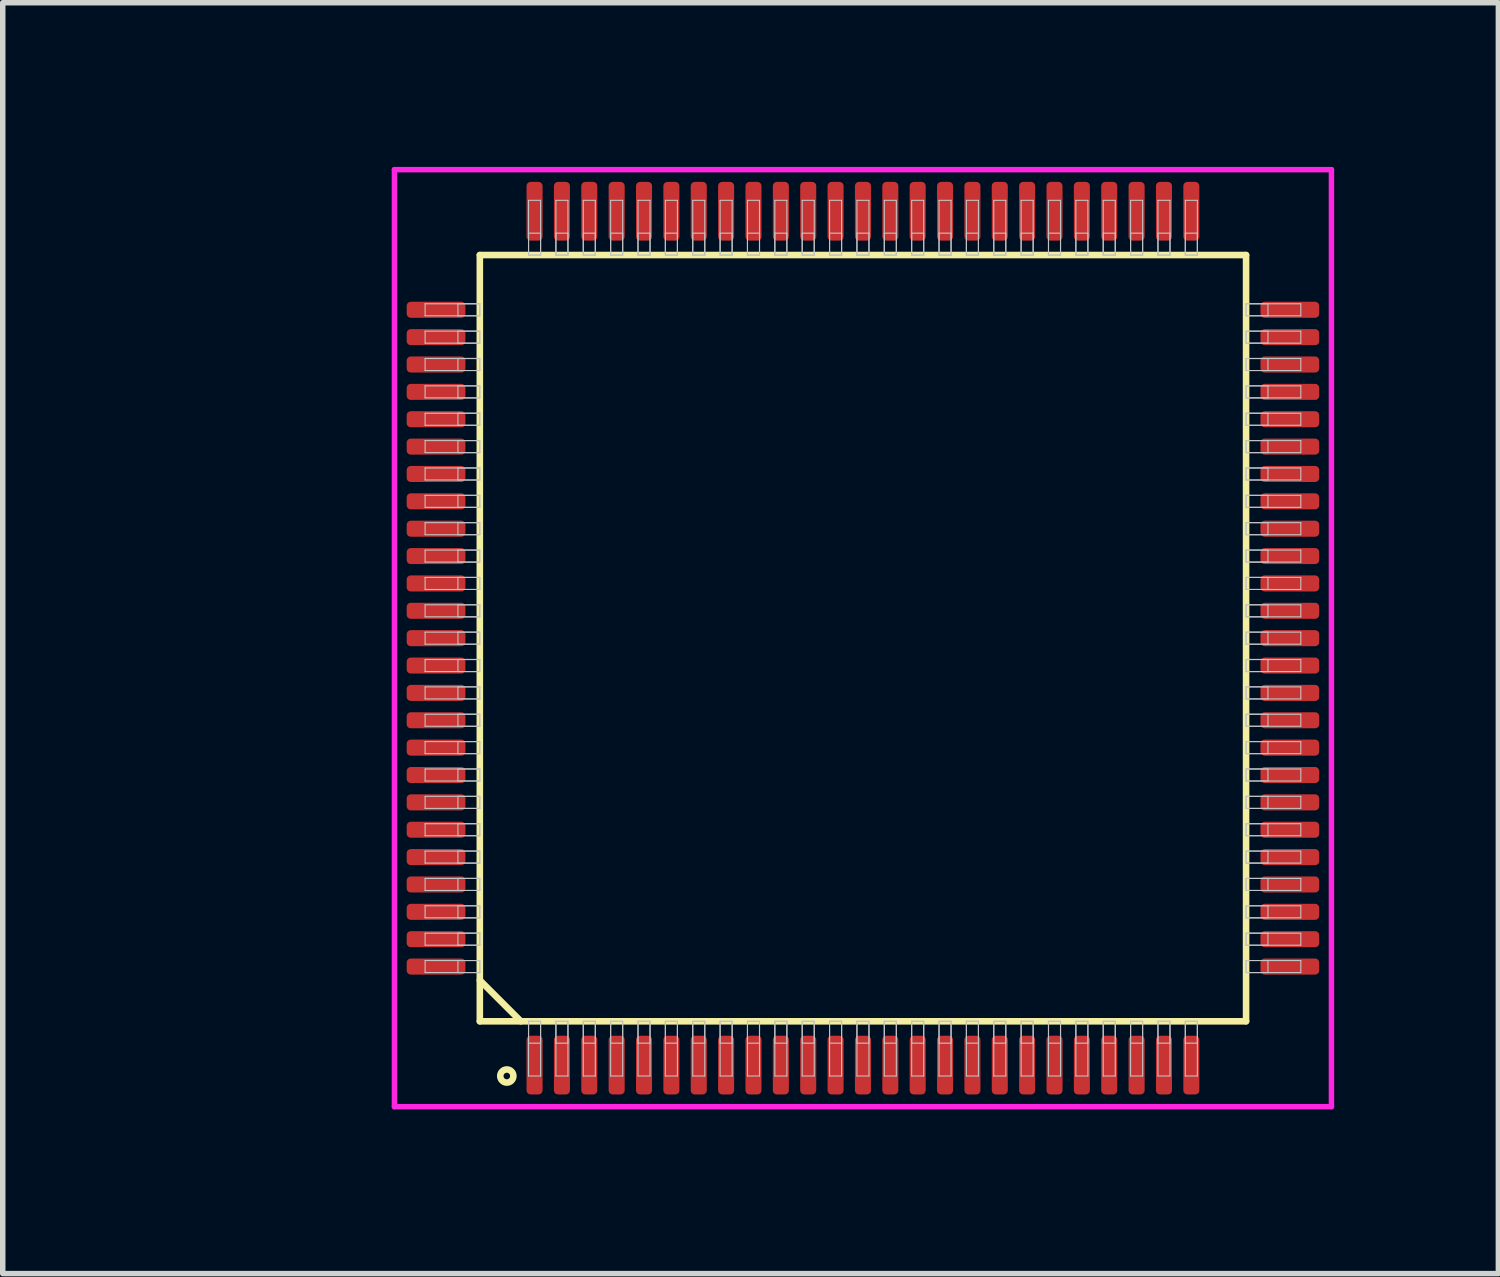
<source format=kicad_pcb>
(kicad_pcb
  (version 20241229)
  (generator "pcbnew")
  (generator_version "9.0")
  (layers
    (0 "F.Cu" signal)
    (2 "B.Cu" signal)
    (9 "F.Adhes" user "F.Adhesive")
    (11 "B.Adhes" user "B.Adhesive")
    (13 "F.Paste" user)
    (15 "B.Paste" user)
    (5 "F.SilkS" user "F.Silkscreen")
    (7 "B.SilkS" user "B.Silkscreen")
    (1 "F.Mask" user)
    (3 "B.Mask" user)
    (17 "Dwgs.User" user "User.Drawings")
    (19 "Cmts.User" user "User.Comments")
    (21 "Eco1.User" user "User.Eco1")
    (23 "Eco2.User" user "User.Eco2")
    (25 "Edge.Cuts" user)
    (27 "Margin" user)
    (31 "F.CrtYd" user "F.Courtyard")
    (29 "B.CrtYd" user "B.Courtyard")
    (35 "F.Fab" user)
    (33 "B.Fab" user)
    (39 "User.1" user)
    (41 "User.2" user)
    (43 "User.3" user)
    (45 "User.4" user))
  (footprint "QFP50P1400x1600-100"
    (layer "F.Cu")
    (at 12.717 8.61)
    (property "Reference" "QFP50P1400x1600-100" (at -3.5 3 0) (layer "User.1") (effects (font (size 1 1) (thickness 0.1))))
    (attr through_hole)
    (fp_line (start -7 -7) (end -7 7) (stroke (width 0.12) (type solid)) (layer "F.SilkS"))
    (fp_line (start -7 6.25) (end -6.25 7) (stroke (width 0.12) (type solid)) (layer "F.SilkS"))
    (fp_line (start -7 7) (end 7 7) (stroke (width 0.12) (type solid)) (layer "F.SilkS"))
    (fp_line (start 7 -7) (end -7 -7) (stroke (width 0.12) (type solid)) (layer "F.SilkS"))
    (fp_line (start 7 7) (end 7 -7) (stroke (width 0.12) (type solid)) (layer "F.SilkS"))
    (fp_circle (center -6.507 8) (end -6.387 8) (stroke (width 0.12) (type solid)) (fill no) (layer "F.SilkS"))
    (fp_line (start -8 -6.11) (end -8 -5.89) (stroke (width 0.02) (type solid)) (layer "Dwgs.User"))
    (fp_line (start -8 -5.89) (end -7 -5.89) (stroke (width 0.02) (type solid)) (layer "Dwgs.User"))
    (fp_line (start -8 -5.61) (end -8 -5.39) (stroke (width 0.02) (type solid)) (layer "Dwgs.User"))
    (fp_line (start -8 -5.39) (end -7 -5.39) (stroke (width 0.02) (type solid)) (layer "Dwgs.User"))
    (fp_line (start -8 -5.11) (end -8 -4.89) (stroke (width 0.02) (type solid)) (layer "Dwgs.User"))
    (fp_line (start -8 -4.89) (end -7 -4.89) (stroke (width 0.02) (type solid)) (layer "Dwgs.User"))
    (fp_line (start -8 -4.61) (end -8 -4.39) (stroke (width 0.02) (type solid)) (layer "Dwgs.User"))
    (fp_line (start -8 -4.39) (end -7 -4.39) (stroke (width 0.02) (type solid)) (layer "Dwgs.User"))
    (fp_line (start -8 -4.11) (end -8 -3.89) (stroke (width 0.02) (type solid)) (layer "Dwgs.User"))
    (fp_line (start -8 -3.89) (end -7 -3.89) (stroke (width 0.02) (type solid)) (layer "Dwgs.User"))
    (fp_line (start -8 -3.61) (end -8 -3.39) (stroke (width 0.02) (type solid)) (layer "Dwgs.User"))
    (fp_line (start -8 -3.39) (end -7 -3.39) (stroke (width 0.02) (type solid)) (layer "Dwgs.User"))
    (fp_line (start -8 -3.11) (end -8 -2.89) (stroke (width 0.02) (type solid)) (layer "Dwgs.User"))
    (fp_line (start -8 -2.89) (end -7 -2.89) (stroke (width 0.02) (type solid)) (layer "Dwgs.User"))
    (fp_line (start -8 -2.61) (end -8 -2.39) (stroke (width 0.02) (type solid)) (layer "Dwgs.User"))
    (fp_line (start -8 -2.39) (end -7 -2.39) (stroke (width 0.02) (type solid)) (layer "Dwgs.User"))
    (fp_line (start -8 -2.11) (end -8 -1.89) (stroke (width 0.02) (type solid)) (layer "Dwgs.User"))
    (fp_line (start -8 -1.89) (end -7 -1.89) (stroke (width 0.02) (type solid)) (layer "Dwgs.User"))
    (fp_line (start -8 -1.61) (end -8 -1.39) (stroke (width 0.02) (type solid)) (layer "Dwgs.User"))
    (fp_line (start -8 -1.39) (end -7 -1.39) (stroke (width 0.02) (type solid)) (layer "Dwgs.User"))
    (fp_line (start -8 -1.11) (end -8 -0.89) (stroke (width 0.02) (type solid)) (layer "Dwgs.User"))
    (fp_line (start -8 -0.89) (end -7 -0.89) (stroke (width 0.02) (type solid)) (layer "Dwgs.User"))
    (fp_line (start -8 -0.61) (end -8 -0.39) (stroke (width 0.02) (type solid)) (layer "Dwgs.User"))
    (fp_line (start -8 -0.39) (end -7 -0.39) (stroke (width 0.02) (type solid)) (layer "Dwgs.User"))
    (fp_line (start -8 -0.11) (end -8 0.11) (stroke (width 0.02) (type solid)) (layer "Dwgs.User"))
    (fp_line (start -8 0.11) (end -7 0.11) (stroke (width 0.02) (type solid)) (layer "Dwgs.User"))
    (fp_line (start -8 0.39) (end -8 0.61) (stroke (width 0.02) (type solid)) (layer "Dwgs.User"))
    (fp_line (start -8 0.61) (end -7 0.61) (stroke (width 0.02) (type solid)) (layer "Dwgs.User"))
    (fp_line (start -8 0.89) (end -8 1.11) (stroke (width 0.02) (type solid)) (layer "Dwgs.User"))
    (fp_line (start -8 1.11) (end -7 1.11) (stroke (width 0.02) (type solid)) (layer "Dwgs.User"))
    (fp_line (start -8 1.39) (end -8 1.61) (stroke (width 0.02) (type solid)) (layer "Dwgs.User"))
    (fp_line (start -8 1.61) (end -7 1.61) (stroke (width 0.02) (type solid)) (layer "Dwgs.User"))
    (fp_line (start -8 1.89) (end -8 2.11) (stroke (width 0.02) (type solid)) (layer "Dwgs.User"))
    (fp_line (start -8 2.11) (end -7 2.11) (stroke (width 0.02) (type solid)) (layer "Dwgs.User"))
    (fp_line (start -8 2.39) (end -8 2.61) (stroke (width 0.02) (type solid)) (layer "Dwgs.User"))
    (fp_line (start -8 2.61) (end -7 2.61) (stroke (width 0.02) (type solid)) (layer "Dwgs.User"))
    (fp_line (start -8 2.89) (end -8 3.11) (stroke (width 0.02) (type solid)) (layer "Dwgs.User"))
    (fp_line (start -8 3.11) (end -7 3.11) (stroke (width 0.02) (type solid)) (layer "Dwgs.User"))
    (fp_line (start -8 3.39) (end -8 3.61) (stroke (width 0.02) (type solid)) (layer "Dwgs.User"))
    (fp_line (start -8 3.61) (end -7 3.61) (stroke (width 0.02) (type solid)) (layer "Dwgs.User"))
    (fp_line (start -8 3.89) (end -8 4.11) (stroke (width 0.02) (type solid)) (layer "Dwgs.User"))
    (fp_line (start -8 4.11) (end -7 4.11) (stroke (width 0.02) (type solid)) (layer "Dwgs.User"))
    (fp_line (start -8 4.39) (end -8 4.61) (stroke (width 0.02) (type solid)) (layer "Dwgs.User"))
    (fp_line (start -8 4.61) (end -7 4.61) (stroke (width 0.02) (type solid)) (layer "Dwgs.User"))
    (fp_line (start -8 4.89) (end -8 5.11) (stroke (width 0.02) (type solid)) (layer "Dwgs.User"))
    (fp_line (start -8 5.11) (end -7 5.11) (stroke (width 0.02) (type solid)) (layer "Dwgs.User"))
    (fp_line (start -8 5.39) (end -8 5.61) (stroke (width 0.02) (type solid)) (layer "Dwgs.User"))
    (fp_line (start -8 5.61) (end -7 5.61) (stroke (width 0.02) (type solid)) (layer "Dwgs.User"))
    (fp_line (start -8 5.89) (end -8 6.11) (stroke (width 0.02) (type solid)) (layer "Dwgs.User"))
    (fp_line (start -8 6.11) (end -7 6.11) (stroke (width 0.02) (type solid)) (layer "Dwgs.User"))
    (fp_line (start -7.4 -6.11) (end -7.4 -5.89) (stroke (width 0.02) (type solid)) (layer "Dwgs.User"))
    (fp_line (start -7.4 -5.89) (end -7 -5.89) (stroke (width 0.02) (type solid)) (layer "Dwgs.User"))
    (fp_line (start -7.4 -5.61) (end -7.4 -5.39) (stroke (width 0.02) (type solid)) (layer "Dwgs.User"))
    (fp_line (start -7.4 -5.39) (end -7 -5.39) (stroke (width 0.02) (type solid)) (layer "Dwgs.User"))
    (fp_line (start -7.4 -5.11) (end -7.4 -4.89) (stroke (width 0.02) (type solid)) (layer "Dwgs.User"))
    (fp_line (start -7.4 -4.89) (end -7 -4.89) (stroke (width 0.02) (type solid)) (layer "Dwgs.User"))
    (fp_line (start -7.4 -4.61) (end -7.4 -4.39) (stroke (width 0.02) (type solid)) (layer "Dwgs.User"))
    (fp_line (start -7.4 -4.39) (end -7 -4.39) (stroke (width 0.02) (type solid)) (layer "Dwgs.User"))
    (fp_line (start -7.4 -4.11) (end -7.4 -3.89) (stroke (width 0.02) (type solid)) (layer "Dwgs.User"))
    (fp_line (start -7.4 -3.89) (end -7 -3.89) (stroke (width 0.02) (type solid)) (layer "Dwgs.User"))
    (fp_line (start -7.4 -3.61) (end -7.4 -3.39) (stroke (width 0.02) (type solid)) (layer "Dwgs.User"))
    (fp_line (start -7.4 -3.39) (end -7 -3.39) (stroke (width 0.02) (type solid)) (layer "Dwgs.User"))
    (fp_line (start -7.4 -3.11) (end -7.4 -2.89) (stroke (width 0.02) (type solid)) (layer "Dwgs.User"))
    (fp_line (start -7.4 -2.89) (end -7 -2.89) (stroke (width 0.02) (type solid)) (layer "Dwgs.User"))
    (fp_line (start -7.4 -2.61) (end -7.4 -2.39) (stroke (width 0.02) (type solid)) (layer "Dwgs.User"))
    (fp_line (start -7.4 -2.39) (end -7 -2.39) (stroke (width 0.02) (type solid)) (layer "Dwgs.User"))
    (fp_line (start -7.4 -2.11) (end -7.4 -1.89) (stroke (width 0.02) (type solid)) (layer "Dwgs.User"))
    (fp_line (start -7.4 -1.89) (end -7 -1.89) (stroke (width 0.02) (type solid)) (layer "Dwgs.User"))
    (fp_line (start -7.4 -1.61) (end -7.4 -1.39) (stroke (width 0.02) (type solid)) (layer "Dwgs.User"))
    (fp_line (start -7.4 -1.39) (end -7 -1.39) (stroke (width 0.02) (type solid)) (layer "Dwgs.User"))
    (fp_line (start -7.4 -1.11) (end -7.4 -0.89) (stroke (width 0.02) (type solid)) (layer "Dwgs.User"))
    (fp_line (start -7.4 -0.89) (end -7 -0.89) (stroke (width 0.02) (type solid)) (layer "Dwgs.User"))
    (fp_line (start -7.4 -0.61) (end -7.4 -0.39) (stroke (width 0.02) (type solid)) (layer "Dwgs.User"))
    (fp_line (start -7.4 -0.39) (end -7 -0.39) (stroke (width 0.02) (type solid)) (layer "Dwgs.User"))
    (fp_line (start -7.4 -0.11) (end -7.4 0.11) (stroke (width 0.02) (type solid)) (layer "Dwgs.User"))
    (fp_line (start -7.4 0.11) (end -7 0.11) (stroke (width 0.02) (type solid)) (layer "Dwgs.User"))
    (fp_line (start -7.4 0.39) (end -7.4 0.61) (stroke (width 0.02) (type solid)) (layer "Dwgs.User"))
    (fp_line (start -7.4 0.61) (end -7 0.61) (stroke (width 0.02) (type solid)) (layer "Dwgs.User"))
    (fp_line (start -7.4 0.89) (end -7.4 1.11) (stroke (width 0.02) (type solid)) (layer "Dwgs.User"))
    (fp_line (start -7.4 1.11) (end -7 1.11) (stroke (width 0.02) (type solid)) (layer "Dwgs.User"))
    (fp_line (start -7.4 1.39) (end -7.4 1.61) (stroke (width 0.02) (type solid)) (layer "Dwgs.User"))
    (fp_line (start -7.4 1.61) (end -7 1.61) (stroke (width 0.02) (type solid)) (layer "Dwgs.User"))
    (fp_line (start -7.4 1.89) (end -7.4 2.11) (stroke (width 0.02) (type solid)) (layer "Dwgs.User"))
    (fp_line (start -7.4 2.11) (end -7 2.11) (stroke (width 0.02) (type solid)) (layer "Dwgs.User"))
    (fp_line (start -7.4 2.39) (end -7.4 2.61) (stroke (width 0.02) (type solid)) (layer "Dwgs.User"))
    (fp_line (start -7.4 2.61) (end -7 2.61) (stroke (width 0.02) (type solid)) (layer "Dwgs.User"))
    (fp_line (start -7.4 2.89) (end -7.4 3.11) (stroke (width 0.02) (type solid)) (layer "Dwgs.User"))
    (fp_line (start -7.4 3.11) (end -7 3.11) (stroke (width 0.02) (type solid)) (layer "Dwgs.User"))
    (fp_line (start -7.4 3.39) (end -7.4 3.61) (stroke (width 0.02) (type solid)) (layer "Dwgs.User"))
    (fp_line (start -7.4 3.61) (end -7 3.61) (stroke (width 0.02) (type solid)) (layer "Dwgs.User"))
    (fp_line (start -7.4 3.89) (end -7.4 4.11) (stroke (width 0.02) (type solid)) (layer "Dwgs.User"))
    (fp_line (start -7.4 4.11) (end -7 4.11) (stroke (width 0.02) (type solid)) (layer "Dwgs.User"))
    (fp_line (start -7.4 4.39) (end -7.4 4.61) (stroke (width 0.02) (type solid)) (layer "Dwgs.User"))
    (fp_line (start -7.4 4.61) (end -7 4.61) (stroke (width 0.02) (type solid)) (layer "Dwgs.User"))
    (fp_line (start -7.4 4.89) (end -7.4 5.11) (stroke (width 0.02) (type solid)) (layer "Dwgs.User"))
    (fp_line (start -7.4 5.11) (end -7 5.11) (stroke (width 0.02) (type solid)) (layer "Dwgs.User"))
    (fp_line (start -7.4 5.39) (end -7.4 5.61) (stroke (width 0.02) (type solid)) (layer "Dwgs.User"))
    (fp_line (start -7.4 5.61) (end -7 5.61) (stroke (width 0.02) (type solid)) (layer "Dwgs.User"))
    (fp_line (start -7.4 5.89) (end -7.4 6.11) (stroke (width 0.02) (type solid)) (layer "Dwgs.User"))
    (fp_line (start -7.4 6.11) (end -7 6.11) (stroke (width 0.02) (type solid)) (layer "Dwgs.User"))
    (fp_line (start -7 -6.11) (end -8 -6.11) (stroke (width 0.02) (type solid)) (layer "Dwgs.User"))
    (fp_line (start -7 -6.11) (end -7.4 -6.11) (stroke (width 0.02) (type solid)) (layer "Dwgs.User"))
    (fp_line (start -7 -5.89) (end -7 -6.11) (stroke (width 0.02) (type solid)) (layer "Dwgs.User"))
    (fp_line (start -7 -5.89) (end -7 -6.11) (stroke (width 0.02) (type solid)) (layer "Dwgs.User"))
    (fp_line (start -7 -5.61) (end -8 -5.61) (stroke (width 0.02) (type solid)) (layer "Dwgs.User"))
    (fp_line (start -7 -5.61) (end -7.4 -5.61) (stroke (width 0.02) (type solid)) (layer "Dwgs.User"))
    (fp_line (start -7 -5.39) (end -7 -5.61) (stroke (width 0.02) (type solid)) (layer "Dwgs.User"))
    (fp_line (start -7 -5.39) (end -7 -5.61) (stroke (width 0.02) (type solid)) (layer "Dwgs.User"))
    (fp_line (start -7 -5.11) (end -8 -5.11) (stroke (width 0.02) (type solid)) (layer "Dwgs.User"))
    (fp_line (start -7 -5.11) (end -7.4 -5.11) (stroke (width 0.02) (type solid)) (layer "Dwgs.User"))
    (fp_line (start -7 -4.89) (end -7 -5.11) (stroke (width 0.02) (type solid)) (layer "Dwgs.User"))
    (fp_line (start -7 -4.89) (end -7 -5.11) (stroke (width 0.02) (type solid)) (layer "Dwgs.User"))
    (fp_line (start -7 -4.61) (end -8 -4.61) (stroke (width 0.02) (type solid)) (layer "Dwgs.User"))
    (fp_line (start -7 -4.61) (end -7.4 -4.61) (stroke (width 0.02) (type solid)) (layer "Dwgs.User"))
    (fp_line (start -7 -4.39) (end -7 -4.61) (stroke (width 0.02) (type solid)) (layer "Dwgs.User"))
    (fp_line (start -7 -4.39) (end -7 -4.61) (stroke (width 0.02) (type solid)) (layer "Dwgs.User"))
    (fp_line (start -7 -4.11) (end -8 -4.11) (stroke (width 0.02) (type solid)) (layer "Dwgs.User"))
    (fp_line (start -7 -4.11) (end -7.4 -4.11) (stroke (width 0.02) (type solid)) (layer "Dwgs.User"))
    (fp_line (start -7 -3.89) (end -7 -4.11) (stroke (width 0.02) (type solid)) (layer "Dwgs.User"))
    (fp_line (start -7 -3.89) (end -7 -4.11) (stroke (width 0.02) (type solid)) (layer "Dwgs.User"))
    (fp_line (start -7 -3.61) (end -8 -3.61) (stroke (width 0.02) (type solid)) (layer "Dwgs.User"))
    (fp_line (start -7 -3.61) (end -7.4 -3.61) (stroke (width 0.02) (type solid)) (layer "Dwgs.User"))
    (fp_line (start -7 -3.39) (end -7 -3.61) (stroke (width 0.02) (type solid)) (layer "Dwgs.User"))
    (fp_line (start -7 -3.39) (end -7 -3.61) (stroke (width 0.02) (type solid)) (layer "Dwgs.User"))
    (fp_line (start -7 -3.11) (end -8 -3.11) (stroke (width 0.02) (type solid)) (layer "Dwgs.User"))
    (fp_line (start -7 -3.11) (end -7.4 -3.11) (stroke (width 0.02) (type solid)) (layer "Dwgs.User"))
    (fp_line (start -7 -2.89) (end -7 -3.11) (stroke (width 0.02) (type solid)) (layer "Dwgs.User"))
    (fp_line (start -7 -2.89) (end -7 -3.11) (stroke (width 0.02) (type solid)) (layer "Dwgs.User"))
    (fp_line (start -7 -2.61) (end -8 -2.61) (stroke (width 0.02) (type solid)) (layer "Dwgs.User"))
    (fp_line (start -7 -2.61) (end -7.4 -2.61) (stroke (width 0.02) (type solid)) (layer "Dwgs.User"))
    (fp_line (start -7 -2.39) (end -7 -2.61) (stroke (width 0.02) (type solid)) (layer "Dwgs.User"))
    (fp_line (start -7 -2.39) (end -7 -2.61) (stroke (width 0.02) (type solid)) (layer "Dwgs.User"))
    (fp_line (start -7 -2.11) (end -8 -2.11) (stroke (width 0.02) (type solid)) (layer "Dwgs.User"))
    (fp_line (start -7 -2.11) (end -7.4 -2.11) (stroke (width 0.02) (type solid)) (layer "Dwgs.User"))
    (fp_line (start -7 -1.89) (end -7 -2.11) (stroke (width 0.02) (type solid)) (layer "Dwgs.User"))
    (fp_line (start -7 -1.89) (end -7 -2.11) (stroke (width 0.02) (type solid)) (layer "Dwgs.User"))
    (fp_line (start -7 -1.61) (end -8 -1.61) (stroke (width 0.02) (type solid)) (layer "Dwgs.User"))
    (fp_line (start -7 -1.61) (end -7.4 -1.61) (stroke (width 0.02) (type solid)) (layer "Dwgs.User"))
    (fp_line (start -7 -1.39) (end -7 -1.61) (stroke (width 0.02) (type solid)) (layer "Dwgs.User"))
    (fp_line (start -7 -1.39) (end -7 -1.61) (stroke (width 0.02) (type solid)) (layer "Dwgs.User"))
    (fp_line (start -7 -1.11) (end -8 -1.11) (stroke (width 0.02) (type solid)) (layer "Dwgs.User"))
    (fp_line (start -7 -1.11) (end -7.4 -1.11) (stroke (width 0.02) (type solid)) (layer "Dwgs.User"))
    (fp_line (start -7 -0.89) (end -7 -1.11) (stroke (width 0.02) (type solid)) (layer "Dwgs.User"))
    (fp_line (start -7 -0.89) (end -7 -1.11) (stroke (width 0.02) (type solid)) (layer "Dwgs.User"))
    (fp_line (start -7 -0.61) (end -8 -0.61) (stroke (width 0.02) (type solid)) (layer "Dwgs.User"))
    (fp_line (start -7 -0.61) (end -7.4 -0.61) (stroke (width 0.02) (type solid)) (layer "Dwgs.User"))
    (fp_line (start -7 -0.39) (end -7 -0.61) (stroke (width 0.02) (type solid)) (layer "Dwgs.User"))
    (fp_line (start -7 -0.39) (end -7 -0.61) (stroke (width 0.02) (type solid)) (layer "Dwgs.User"))
    (fp_line (start -7 -0.11) (end -8 -0.11) (stroke (width 0.02) (type solid)) (layer "Dwgs.User"))
    (fp_line (start -7 -0.11) (end -7.4 -0.11) (stroke (width 0.02) (type solid)) (layer "Dwgs.User"))
    (fp_line (start -7 0.11) (end -7 -0.11) (stroke (width 0.02) (type solid)) (layer "Dwgs.User"))
    (fp_line (start -7 0.11) (end -7 -0.11) (stroke (width 0.02) (type solid)) (layer "Dwgs.User"))
    (fp_line (start -7 0.39) (end -8 0.39) (stroke (width 0.02) (type solid)) (layer "Dwgs.User"))
    (fp_line (start -7 0.39) (end -7.4 0.39) (stroke (width 0.02) (type solid)) (layer "Dwgs.User"))
    (fp_line (start -7 0.61) (end -7 0.39) (stroke (width 0.02) (type solid)) (layer "Dwgs.User"))
    (fp_line (start -7 0.61) (end -7 0.39) (stroke (width 0.02) (type solid)) (layer "Dwgs.User"))
    (fp_line (start -7 0.89) (end -8 0.89) (stroke (width 0.02) (type solid)) (layer "Dwgs.User"))
    (fp_line (start -7 0.89) (end -7.4 0.89) (stroke (width 0.02) (type solid)) (layer "Dwgs.User"))
    (fp_line (start -7 1.11) (end -7 0.89) (stroke (width 0.02) (type solid)) (layer "Dwgs.User"))
    (fp_line (start -7 1.11) (end -7 0.89) (stroke (width 0.02) (type solid)) (layer "Dwgs.User"))
    (fp_line (start -7 1.39) (end -8 1.39) (stroke (width 0.02) (type solid)) (layer "Dwgs.User"))
    (fp_line (start -7 1.39) (end -7.4 1.39) (stroke (width 0.02) (type solid)) (layer "Dwgs.User"))
    (fp_line (start -7 1.61) (end -7 1.39) (stroke (width 0.02) (type solid)) (layer "Dwgs.User"))
    (fp_line (start -7 1.61) (end -7 1.39) (stroke (width 0.02) (type solid)) (layer "Dwgs.User"))
    (fp_line (start -7 1.89) (end -8 1.89) (stroke (width 0.02) (type solid)) (layer "Dwgs.User"))
    (fp_line (start -7 1.89) (end -7.4 1.89) (stroke (width 0.02) (type solid)) (layer "Dwgs.User"))
    (fp_line (start -7 2.11) (end -7 1.89) (stroke (width 0.02) (type solid)) (layer "Dwgs.User"))
    (fp_line (start -7 2.11) (end -7 1.89) (stroke (width 0.02) (type solid)) (layer "Dwgs.User"))
    (fp_line (start -7 2.39) (end -8 2.39) (stroke (width 0.02) (type solid)) (layer "Dwgs.User"))
    (fp_line (start -7 2.39) (end -7.4 2.39) (stroke (width 0.02) (type solid)) (layer "Dwgs.User"))
    (fp_line (start -7 2.61) (end -7 2.39) (stroke (width 0.02) (type solid)) (layer "Dwgs.User"))
    (fp_line (start -7 2.61) (end -7 2.39) (stroke (width 0.02) (type solid)) (layer "Dwgs.User"))
    (fp_line (start -7 2.89) (end -8 2.89) (stroke (width 0.02) (type solid)) (layer "Dwgs.User"))
    (fp_line (start -7 2.89) (end -7.4 2.89) (stroke (width 0.02) (type solid)) (layer "Dwgs.User"))
    (fp_line (start -7 3.11) (end -7 2.89) (stroke (width 0.02) (type solid)) (layer "Dwgs.User"))
    (fp_line (start -7 3.11) (end -7 2.89) (stroke (width 0.02) (type solid)) (layer "Dwgs.User"))
    (fp_line (start -7 3.39) (end -8 3.39) (stroke (width 0.02) (type solid)) (layer "Dwgs.User"))
    (fp_line (start -7 3.39) (end -7.4 3.39) (stroke (width 0.02) (type solid)) (layer "Dwgs.User"))
    (fp_line (start -7 3.61) (end -7 3.39) (stroke (width 0.02) (type solid)) (layer "Dwgs.User"))
    (fp_line (start -7 3.61) (end -7 3.39) (stroke (width 0.02) (type solid)) (layer "Dwgs.User"))
    (fp_line (start -7 3.89) (end -8 3.89) (stroke (width 0.02) (type solid)) (layer "Dwgs.User"))
    (fp_line (start -7 3.89) (end -7.4 3.89) (stroke (width 0.02) (type solid)) (layer "Dwgs.User"))
    (fp_line (start -7 4.11) (end -7 3.89) (stroke (width 0.02) (type solid)) (layer "Dwgs.User"))
    (fp_line (start -7 4.11) (end -7 3.89) (stroke (width 0.02) (type solid)) (layer "Dwgs.User"))
    (fp_line (start -7 4.39) (end -8 4.39) (stroke (width 0.02) (type solid)) (layer "Dwgs.User"))
    (fp_line (start -7 4.39) (end -7.4 4.39) (stroke (width 0.02) (type solid)) (layer "Dwgs.User"))
    (fp_line (start -7 4.61) (end -7 4.39) (stroke (width 0.02) (type solid)) (layer "Dwgs.User"))
    (fp_line (start -7 4.61) (end -7 4.39) (stroke (width 0.02) (type solid)) (layer "Dwgs.User"))
    (fp_line (start -7 4.89) (end -8 4.89) (stroke (width 0.02) (type solid)) (layer "Dwgs.User"))
    (fp_line (start -7 4.89) (end -7.4 4.89) (stroke (width 0.02) (type solid)) (layer "Dwgs.User"))
    (fp_line (start -7 5.11) (end -7 4.89) (stroke (width 0.02) (type solid)) (layer "Dwgs.User"))
    (fp_line (start -7 5.11) (end -7 4.89) (stroke (width 0.02) (type solid)) (layer "Dwgs.User"))
    (fp_line (start -7 5.39) (end -8 5.39) (stroke (width 0.02) (type solid)) (layer "Dwgs.User"))
    (fp_line (start -7 5.39) (end -7.4 5.39) (stroke (width 0.02) (type solid)) (layer "Dwgs.User"))
    (fp_line (start -7 5.61) (end -7 5.39) (stroke (width 0.02) (type solid)) (layer "Dwgs.User"))
    (fp_line (start -7 5.61) (end -7 5.39) (stroke (width 0.02) (type solid)) (layer "Dwgs.User"))
    (fp_line (start -7 5.89) (end -8 5.89) (stroke (width 0.02) (type solid)) (layer "Dwgs.User"))
    (fp_line (start -7 5.89) (end -7.4 5.89) (stroke (width 0.02) (type solid)) (layer "Dwgs.User"))
    (fp_line (start -7 6.11) (end -7 5.89) (stroke (width 0.02) (type solid)) (layer "Dwgs.User"))
    (fp_line (start -7 6.11) (end -7 5.89) (stroke (width 0.02) (type solid)) (layer "Dwgs.User"))
    (fp_line (start -6.11 -8) (end -6.11 -7) (stroke (width 0.02) (type solid)) (layer "Dwgs.User"))
    (fp_line (start -6.11 -7.4) (end -6.11 -7) (stroke (width 0.02) (type solid)) (layer "Dwgs.User"))
    (fp_line (start -6.11 -7) (end -5.89 -7) (stroke (width 0.02) (type solid)) (layer "Dwgs.User"))
    (fp_line (start -6.11 -7) (end -5.89 -7) (stroke (width 0.02) (type solid)) (layer "Dwgs.User"))
    (fp_line (start -6.11 7) (end -5.89 7) (stroke (width 0.02) (type solid)) (layer "Dwgs.User"))
    (fp_line (start -6.11 7) (end -5.89 7) (stroke (width 0.02) (type solid)) (layer "Dwgs.User"))
    (fp_line (start -6.11 7.4) (end -6.11 7) (stroke (width 0.02) (type solid)) (layer "Dwgs.User"))
    (fp_line (start -6.11 8) (end -6.11 7) (stroke (width 0.02) (type solid)) (layer "Dwgs.User"))
    (fp_line (start -5.89 -8) (end -6.11 -8) (stroke (width 0.02) (type solid)) (layer "Dwgs.User"))
    (fp_line (start -5.89 -7.4) (end -6.11 -7.4) (stroke (width 0.02) (type solid)) (layer "Dwgs.User"))
    (fp_line (start -5.89 -7) (end -5.89 -8) (stroke (width 0.02) (type solid)) (layer "Dwgs.User"))
    (fp_line (start -5.89 -7) (end -5.89 -7.4) (stroke (width 0.02) (type solid)) (layer "Dwgs.User"))
    (fp_line (start -5.89 7) (end -5.89 7.4) (stroke (width 0.02) (type solid)) (layer "Dwgs.User"))
    (fp_line (start -5.89 7) (end -5.89 8) (stroke (width 0.02) (type solid)) (layer "Dwgs.User"))
    (fp_line (start -5.89 7.4) (end -6.11 7.4) (stroke (width 0.02) (type solid)) (layer "Dwgs.User"))
    (fp_line (start -5.89 8) (end -6.11 8) (stroke (width 0.02) (type solid)) (layer "Dwgs.User"))
    (fp_line (start -5.61 -8) (end -5.61 -7) (stroke (width 0.02) (type solid)) (layer "Dwgs.User"))
    (fp_line (start -5.61 -7.4) (end -5.61 -7) (stroke (width 0.02) (type solid)) (layer "Dwgs.User"))
    (fp_line (start -5.61 -7) (end -5.39 -7) (stroke (width 0.02) (type solid)) (layer "Dwgs.User"))
    (fp_line (start -5.61 -7) (end -5.39 -7) (stroke (width 0.02) (type solid)) (layer "Dwgs.User"))
    (fp_line (start -5.61 7) (end -5.39 7) (stroke (width 0.02) (type solid)) (layer "Dwgs.User"))
    (fp_line (start -5.61 7) (end -5.39 7) (stroke (width 0.02) (type solid)) (layer "Dwgs.User"))
    (fp_line (start -5.61 7.4) (end -5.61 7) (stroke (width 0.02) (type solid)) (layer "Dwgs.User"))
    (fp_line (start -5.61 8) (end -5.61 7) (stroke (width 0.02) (type solid)) (layer "Dwgs.User"))
    (fp_line (start -5.39 -8) (end -5.61 -8) (stroke (width 0.02) (type solid)) (layer "Dwgs.User"))
    (fp_line (start -5.39 -7.4) (end -5.61 -7.4) (stroke (width 0.02) (type solid)) (layer "Dwgs.User"))
    (fp_line (start -5.39 -7) (end -5.39 -8) (stroke (width 0.02) (type solid)) (layer "Dwgs.User"))
    (fp_line (start -5.39 -7) (end -5.39 -7.4) (stroke (width 0.02) (type solid)) (layer "Dwgs.User"))
    (fp_line (start -5.39 7) (end -5.39 7.4) (stroke (width 0.02) (type solid)) (layer "Dwgs.User"))
    (fp_line (start -5.39 7) (end -5.39 8) (stroke (width 0.02) (type solid)) (layer "Dwgs.User"))
    (fp_line (start -5.39 7.4) (end -5.61 7.4) (stroke (width 0.02) (type solid)) (layer "Dwgs.User"))
    (fp_line (start -5.39 8) (end -5.61 8) (stroke (width 0.02) (type solid)) (layer "Dwgs.User"))
    (fp_line (start -5.11 -8) (end -5.11 -7) (stroke (width 0.02) (type solid)) (layer "Dwgs.User"))
    (fp_line (start -5.11 -7.4) (end -5.11 -7) (stroke (width 0.02) (type solid)) (layer "Dwgs.User"))
    (fp_line (start -5.11 -7) (end -4.89 -7) (stroke (width 0.02) (type solid)) (layer "Dwgs.User"))
    (fp_line (start -5.11 -7) (end -4.89 -7) (stroke (width 0.02) (type solid)) (layer "Dwgs.User"))
    (fp_line (start -5.11 7) (end -4.89 7) (stroke (width 0.02) (type solid)) (layer "Dwgs.User"))
    (fp_line (start -5.11 7) (end -4.89 7) (stroke (width 0.02) (type solid)) (layer "Dwgs.User"))
    (fp_line (start -5.11 7.4) (end -5.11 7) (stroke (width 0.02) (type solid)) (layer "Dwgs.User"))
    (fp_line (start -5.11 8) (end -5.11 7) (stroke (width 0.02) (type solid)) (layer "Dwgs.User"))
    (fp_line (start -4.89 -8) (end -5.11 -8) (stroke (width 0.02) (type solid)) (layer "Dwgs.User"))
    (fp_line (start -4.89 -7.4) (end -5.11 -7.4) (stroke (width 0.02) (type solid)) (layer "Dwgs.User"))
    (fp_line (start -4.89 -7) (end -4.89 -8) (stroke (width 0.02) (type solid)) (layer "Dwgs.User"))
    (fp_line (start -4.89 -7) (end -4.89 -7.4) (stroke (width 0.02) (type solid)) (layer "Dwgs.User"))
    (fp_line (start -4.89 7) (end -4.89 7.4) (stroke (width 0.02) (type solid)) (layer "Dwgs.User"))
    (fp_line (start -4.89 7) (end -4.89 8) (stroke (width 0.02) (type solid)) (layer "Dwgs.User"))
    (fp_line (start -4.89 7.4) (end -5.11 7.4) (stroke (width 0.02) (type solid)) (layer "Dwgs.User"))
    (fp_line (start -4.89 8) (end -5.11 8) (stroke (width 0.02) (type solid)) (layer "Dwgs.User"))
    (fp_line (start -4.61 -8) (end -4.61 -7) (stroke (width 0.02) (type solid)) (layer "Dwgs.User"))
    (fp_line (start -4.61 -7.4) (end -4.61 -7) (stroke (width 0.02) (type solid)) (layer "Dwgs.User"))
    (fp_line (start -4.61 -7) (end -4.39 -7) (stroke (width 0.02) (type solid)) (layer "Dwgs.User"))
    (fp_line (start -4.61 -7) (end -4.39 -7) (stroke (width 0.02) (type solid)) (layer "Dwgs.User"))
    (fp_line (start -4.61 7) (end -4.39 7) (stroke (width 0.02) (type solid)) (layer "Dwgs.User"))
    (fp_line (start -4.61 7) (end -4.39 7) (stroke (width 0.02) (type solid)) (layer "Dwgs.User"))
    (fp_line (start -4.61 7.4) (end -4.61 7) (stroke (width 0.02) (type solid)) (layer "Dwgs.User"))
    (fp_line (start -4.61 8) (end -4.61 7) (stroke (width 0.02) (type solid)) (layer "Dwgs.User"))
    (fp_line (start -4.39 -8) (end -4.61 -8) (stroke (width 0.02) (type solid)) (layer "Dwgs.User"))
    (fp_line (start -4.39 -7.4) (end -4.61 -7.4) (stroke (width 0.02) (type solid)) (layer "Dwgs.User"))
    (fp_line (start -4.39 -7) (end -4.39 -8) (stroke (width 0.02) (type solid)) (layer "Dwgs.User"))
    (fp_line (start -4.39 -7) (end -4.39 -7.4) (stroke (width 0.02) (type solid)) (layer "Dwgs.User"))
    (fp_line (start -4.39 7) (end -4.39 7.4) (stroke (width 0.02) (type solid)) (layer "Dwgs.User"))
    (fp_line (start -4.39 7) (end -4.39 8) (stroke (width 0.02) (type solid)) (layer "Dwgs.User"))
    (fp_line (start -4.39 7.4) (end -4.61 7.4) (stroke (width 0.02) (type solid)) (layer "Dwgs.User"))
    (fp_line (start -4.39 8) (end -4.61 8) (stroke (width 0.02) (type solid)) (layer "Dwgs.User"))
    (fp_line (start -4.11 -8) (end -4.11 -7) (stroke (width 0.02) (type solid)) (layer "Dwgs.User"))
    (fp_line (start -4.11 -7.4) (end -4.11 -7) (stroke (width 0.02) (type solid)) (layer "Dwgs.User"))
    (fp_line (start -4.11 -7) (end -3.89 -7) (stroke (width 0.02) (type solid)) (layer "Dwgs.User"))
    (fp_line (start -4.11 -7) (end -3.89 -7) (stroke (width 0.02) (type solid)) (layer "Dwgs.User"))
    (fp_line (start -4.11 7) (end -3.89 7) (stroke (width 0.02) (type solid)) (layer "Dwgs.User"))
    (fp_line (start -4.11 7) (end -3.89 7) (stroke (width 0.02) (type solid)) (layer "Dwgs.User"))
    (fp_line (start -4.11 7.4) (end -4.11 7) (stroke (width 0.02) (type solid)) (layer "Dwgs.User"))
    (fp_line (start -4.11 8) (end -4.11 7) (stroke (width 0.02) (type solid)) (layer "Dwgs.User"))
    (fp_line (start -3.89 -8) (end -4.11 -8) (stroke (width 0.02) (type solid)) (layer "Dwgs.User"))
    (fp_line (start -3.89 -7.4) (end -4.11 -7.4) (stroke (width 0.02) (type solid)) (layer "Dwgs.User"))
    (fp_line (start -3.89 -7) (end -3.89 -8) (stroke (width 0.02) (type solid)) (layer "Dwgs.User"))
    (fp_line (start -3.89 -7) (end -3.89 -7.4) (stroke (width 0.02) (type solid)) (layer "Dwgs.User"))
    (fp_line (start -3.89 7) (end -3.89 7.4) (stroke (width 0.02) (type solid)) (layer "Dwgs.User"))
    (fp_line (start -3.89 7) (end -3.89 8) (stroke (width 0.02) (type solid)) (layer "Dwgs.User"))
    (fp_line (start -3.89 7.4) (end -4.11 7.4) (stroke (width 0.02) (type solid)) (layer "Dwgs.User"))
    (fp_line (start -3.89 8) (end -4.11 8) (stroke (width 0.02) (type solid)) (layer "Dwgs.User"))
    (fp_line (start -3.61 -8) (end -3.61 -7) (stroke (width 0.02) (type solid)) (layer "Dwgs.User"))
    (fp_line (start -3.61 -7.4) (end -3.61 -7) (stroke (width 0.02) (type solid)) (layer "Dwgs.User"))
    (fp_line (start -3.61 -7) (end -3.39 -7) (stroke (width 0.02) (type solid)) (layer "Dwgs.User"))
    (fp_line (start -3.61 -7) (end -3.39 -7) (stroke (width 0.02) (type solid)) (layer "Dwgs.User"))
    (fp_line (start -3.61 7) (end -3.39 7) (stroke (width 0.02) (type solid)) (layer "Dwgs.User"))
    (fp_line (start -3.61 7) (end -3.39 7) (stroke (width 0.02) (type solid)) (layer "Dwgs.User"))
    (fp_line (start -3.61 7.4) (end -3.61 7) (stroke (width 0.02) (type solid)) (layer "Dwgs.User"))
    (fp_line (start -3.61 8) (end -3.61 7) (stroke (width 0.02) (type solid)) (layer "Dwgs.User"))
    (fp_line (start -3.39 -8) (end -3.61 -8) (stroke (width 0.02) (type solid)) (layer "Dwgs.User"))
    (fp_line (start -3.39 -7.4) (end -3.61 -7.4) (stroke (width 0.02) (type solid)) (layer "Dwgs.User"))
    (fp_line (start -3.39 -7) (end -3.39 -8) (stroke (width 0.02) (type solid)) (layer "Dwgs.User"))
    (fp_line (start -3.39 -7) (end -3.39 -7.4) (stroke (width 0.02) (type solid)) (layer "Dwgs.User"))
    (fp_line (start -3.39 7) (end -3.39 7.4) (stroke (width 0.02) (type solid)) (layer "Dwgs.User"))
    (fp_line (start -3.39 7) (end -3.39 8) (stroke (width 0.02) (type solid)) (layer "Dwgs.User"))
    (fp_line (start -3.39 7.4) (end -3.61 7.4) (stroke (width 0.02) (type solid)) (layer "Dwgs.User"))
    (fp_line (start -3.39 8) (end -3.61 8) (stroke (width 0.02) (type solid)) (layer "Dwgs.User"))
    (fp_line (start -3.11 -8) (end -3.11 -7) (stroke (width 0.02) (type solid)) (layer "Dwgs.User"))
    (fp_line (start -3.11 -7.4) (end -3.11 -7) (stroke (width 0.02) (type solid)) (layer "Dwgs.User"))
    (fp_line (start -3.11 -7) (end -2.89 -7) (stroke (width 0.02) (type solid)) (layer "Dwgs.User"))
    (fp_line (start -3.11 -7) (end -2.89 -7) (stroke (width 0.02) (type solid)) (layer "Dwgs.User"))
    (fp_line (start -3.11 7) (end -2.89 7) (stroke (width 0.02) (type solid)) (layer "Dwgs.User"))
    (fp_line (start -3.11 7) (end -2.89 7) (stroke (width 0.02) (type solid)) (layer "Dwgs.User"))
    (fp_line (start -3.11 7.4) (end -3.11 7) (stroke (width 0.02) (type solid)) (layer "Dwgs.User"))
    (fp_line (start -3.11 8) (end -3.11 7) (stroke (width 0.02) (type solid)) (layer "Dwgs.User"))
    (fp_line (start -2.89 -8) (end -3.11 -8) (stroke (width 0.02) (type solid)) (layer "Dwgs.User"))
    (fp_line (start -2.89 -7.4) (end -3.11 -7.4) (stroke (width 0.02) (type solid)) (layer "Dwgs.User"))
    (fp_line (start -2.89 -7) (end -2.89 -8) (stroke (width 0.02) (type solid)) (layer "Dwgs.User"))
    (fp_line (start -2.89 -7) (end -2.89 -7.4) (stroke (width 0.02) (type solid)) (layer "Dwgs.User"))
    (fp_line (start -2.89 7) (end -2.89 7.4) (stroke (width 0.02) (type solid)) (layer "Dwgs.User"))
    (fp_line (start -2.89 7) (end -2.89 8) (stroke (width 0.02) (type solid)) (layer "Dwgs.User"))
    (fp_line (start -2.89 7.4) (end -3.11 7.4) (stroke (width 0.02) (type solid)) (layer "Dwgs.User"))
    (fp_line (start -2.89 8) (end -3.11 8) (stroke (width 0.02) (type solid)) (layer "Dwgs.User"))
    (fp_line (start -2.61 -8) (end -2.61 -7) (stroke (width 0.02) (type solid)) (layer "Dwgs.User"))
    (fp_line (start -2.61 -7.4) (end -2.61 -7) (stroke (width 0.02) (type solid)) (layer "Dwgs.User"))
    (fp_line (start -2.61 -7) (end -2.39 -7) (stroke (width 0.02) (type solid)) (layer "Dwgs.User"))
    (fp_line (start -2.61 -7) (end -2.39 -7) (stroke (width 0.02) (type solid)) (layer "Dwgs.User"))
    (fp_line (start -2.61 7) (end -2.39 7) (stroke (width 0.02) (type solid)) (layer "Dwgs.User"))
    (fp_line (start -2.61 7) (end -2.39 7) (stroke (width 0.02) (type solid)) (layer "Dwgs.User"))
    (fp_line (start -2.61 7.4) (end -2.61 7) (stroke (width 0.02) (type solid)) (layer "Dwgs.User"))
    (fp_line (start -2.61 8) (end -2.61 7) (stroke (width 0.02) (type solid)) (layer "Dwgs.User"))
    (fp_line (start -2.39 -8) (end -2.61 -8) (stroke (width 0.02) (type solid)) (layer "Dwgs.User"))
    (fp_line (start -2.39 -7.4) (end -2.61 -7.4) (stroke (width 0.02) (type solid)) (layer "Dwgs.User"))
    (fp_line (start -2.39 -7) (end -2.39 -8) (stroke (width 0.02) (type solid)) (layer "Dwgs.User"))
    (fp_line (start -2.39 -7) (end -2.39 -7.4) (stroke (width 0.02) (type solid)) (layer "Dwgs.User"))
    (fp_line (start -2.39 7) (end -2.39 7.4) (stroke (width 0.02) (type solid)) (layer "Dwgs.User"))
    (fp_line (start -2.39 7) (end -2.39 8) (stroke (width 0.02) (type solid)) (layer "Dwgs.User"))
    (fp_line (start -2.39 7.4) (end -2.61 7.4) (stroke (width 0.02) (type solid)) (layer "Dwgs.User"))
    (fp_line (start -2.39 8) (end -2.61 8) (stroke (width 0.02) (type solid)) (layer "Dwgs.User"))
    (fp_line (start -2.11 -8) (end -2.11 -7) (stroke (width 0.02) (type solid)) (layer "Dwgs.User"))
    (fp_line (start -2.11 -7.4) (end -2.11 -7) (stroke (width 0.02) (type solid)) (layer "Dwgs.User"))
    (fp_line (start -2.11 -7) (end -1.89 -7) (stroke (width 0.02) (type solid)) (layer "Dwgs.User"))
    (fp_line (start -2.11 -7) (end -1.89 -7) (stroke (width 0.02) (type solid)) (layer "Dwgs.User"))
    (fp_line (start -2.11 7) (end -1.89 7) (stroke (width 0.02) (type solid)) (layer "Dwgs.User"))
    (fp_line (start -2.11 7) (end -1.89 7) (stroke (width 0.02) (type solid)) (layer "Dwgs.User"))
    (fp_line (start -2.11 7.4) (end -2.11 7) (stroke (width 0.02) (type solid)) (layer "Dwgs.User"))
    (fp_line (start -2.11 8) (end -2.11 7) (stroke (width 0.02) (type solid)) (layer "Dwgs.User"))
    (fp_line (start -1.89 -8) (end -2.11 -8) (stroke (width 0.02) (type solid)) (layer "Dwgs.User"))
    (fp_line (start -1.89 -7.4) (end -2.11 -7.4) (stroke (width 0.02) (type solid)) (layer "Dwgs.User"))
    (fp_line (start -1.89 -7) (end -1.89 -8) (stroke (width 0.02) (type solid)) (layer "Dwgs.User"))
    (fp_line (start -1.89 -7) (end -1.89 -7.4) (stroke (width 0.02) (type solid)) (layer "Dwgs.User"))
    (fp_line (start -1.89 7) (end -1.89 7.4) (stroke (width 0.02) (type solid)) (layer "Dwgs.User"))
    (fp_line (start -1.89 7) (end -1.89 8) (stroke (width 0.02) (type solid)) (layer "Dwgs.User"))
    (fp_line (start -1.89 7.4) (end -2.11 7.4) (stroke (width 0.02) (type solid)) (layer "Dwgs.User"))
    (fp_line (start -1.89 8) (end -2.11 8) (stroke (width 0.02) (type solid)) (layer "Dwgs.User"))
    (fp_line (start -1.61 -8) (end -1.61 -7) (stroke (width 0.02) (type solid)) (layer "Dwgs.User"))
    (fp_line (start -1.61 -7.4) (end -1.61 -7) (stroke (width 0.02) (type solid)) (layer "Dwgs.User"))
    (fp_line (start -1.61 -7) (end -1.39 -7) (stroke (width 0.02) (type solid)) (layer "Dwgs.User"))
    (fp_line (start -1.61 -7) (end -1.39 -7) (stroke (width 0.02) (type solid)) (layer "Dwgs.User"))
    (fp_line (start -1.61 7) (end -1.39 7) (stroke (width 0.02) (type solid)) (layer "Dwgs.User"))
    (fp_line (start -1.61 7) (end -1.39 7) (stroke (width 0.02) (type solid)) (layer "Dwgs.User"))
    (fp_line (start -1.61 7.4) (end -1.61 7) (stroke (width 0.02) (type solid)) (layer "Dwgs.User"))
    (fp_line (start -1.61 8) (end -1.61 7) (stroke (width 0.02) (type solid)) (layer "Dwgs.User"))
    (fp_line (start -1.39 -8) (end -1.61 -8) (stroke (width 0.02) (type solid)) (layer "Dwgs.User"))
    (fp_line (start -1.39 -7.4) (end -1.61 -7.4) (stroke (width 0.02) (type solid)) (layer "Dwgs.User"))
    (fp_line (start -1.39 -7) (end -1.39 -8) (stroke (width 0.02) (type solid)) (layer "Dwgs.User"))
    (fp_line (start -1.39 -7) (end -1.39 -7.4) (stroke (width 0.02) (type solid)) (layer "Dwgs.User"))
    (fp_line (start -1.39 7) (end -1.39 7.4) (stroke (width 0.02) (type solid)) (layer "Dwgs.User"))
    (fp_line (start -1.39 7) (end -1.39 8) (stroke (width 0.02) (type solid)) (layer "Dwgs.User"))
    (fp_line (start -1.39 7.4) (end -1.61 7.4) (stroke (width 0.02) (type solid)) (layer "Dwgs.User"))
    (fp_line (start -1.39 8) (end -1.61 8) (stroke (width 0.02) (type solid)) (layer "Dwgs.User"))
    (fp_line (start -1.11 -8) (end -1.11 -7) (stroke (width 0.02) (type solid)) (layer "Dwgs.User"))
    (fp_line (start -1.11 -7.4) (end -1.11 -7) (stroke (width 0.02) (type solid)) (layer "Dwgs.User"))
    (fp_line (start -1.11 -7) (end -0.89 -7) (stroke (width 0.02) (type solid)) (layer "Dwgs.User"))
    (fp_line (start -1.11 -7) (end -0.89 -7) (stroke (width 0.02) (type solid)) (layer "Dwgs.User"))
    (fp_line (start -1.11 7) (end -0.89 7) (stroke (width 0.02) (type solid)) (layer "Dwgs.User"))
    (fp_line (start -1.11 7) (end -0.89 7) (stroke (width 0.02) (type solid)) (layer "Dwgs.User"))
    (fp_line (start -1.11 7.4) (end -1.11 7) (stroke (width 0.02) (type solid)) (layer "Dwgs.User"))
    (fp_line (start -1.11 8) (end -1.11 7) (stroke (width 0.02) (type solid)) (layer "Dwgs.User"))
    (fp_line (start -0.89 -8) (end -1.11 -8) (stroke (width 0.02) (type solid)) (layer "Dwgs.User"))
    (fp_line (start -0.89 -7.4) (end -1.11 -7.4) (stroke (width 0.02) (type solid)) (layer "Dwgs.User"))
    (fp_line (start -0.89 -7) (end -0.89 -8) (stroke (width 0.02) (type solid)) (layer "Dwgs.User"))
    (fp_line (start -0.89 -7) (end -0.89 -7.4) (stroke (width 0.02) (type solid)) (layer "Dwgs.User"))
    (fp_line (start -0.89 7) (end -0.89 7.4) (stroke (width 0.02) (type solid)) (layer "Dwgs.User"))
    (fp_line (start -0.89 7) (end -0.89 8) (stroke (width 0.02) (type solid)) (layer "Dwgs.User"))
    (fp_line (start -0.89 7.4) (end -1.11 7.4) (stroke (width 0.02) (type solid)) (layer "Dwgs.User"))
    (fp_line (start -0.89 8) (end -1.11 8) (stroke (width 0.02) (type solid)) (layer "Dwgs.User"))
    (fp_line (start -0.61 -8) (end -0.61 -7) (stroke (width 0.02) (type solid)) (layer "Dwgs.User"))
    (fp_line (start -0.61 -7.4) (end -0.61 -7) (stroke (width 0.02) (type solid)) (layer "Dwgs.User"))
    (fp_line (start -0.61 -7) (end -0.39 -7) (stroke (width 0.02) (type solid)) (layer "Dwgs.User"))
    (fp_line (start -0.61 -7) (end -0.39 -7) (stroke (width 0.02) (type solid)) (layer "Dwgs.User"))
    (fp_line (start -0.61 7) (end -0.39 7) (stroke (width 0.02) (type solid)) (layer "Dwgs.User"))
    (fp_line (start -0.61 7) (end -0.39 7) (stroke (width 0.02) (type solid)) (layer "Dwgs.User"))
    (fp_line (start -0.61 7.4) (end -0.61 7) (stroke (width 0.02) (type solid)) (layer "Dwgs.User"))
    (fp_line (start -0.61 8) (end -0.61 7) (stroke (width 0.02) (type solid)) (layer "Dwgs.User"))
    (fp_line (start -0.39 -8) (end -0.61 -8) (stroke (width 0.02) (type solid)) (layer "Dwgs.User"))
    (fp_line (start -0.39 -7.4) (end -0.61 -7.4) (stroke (width 0.02) (type solid)) (layer "Dwgs.User"))
    (fp_line (start -0.39 -7) (end -0.39 -8) (stroke (width 0.02) (type solid)) (layer "Dwgs.User"))
    (fp_line (start -0.39 -7) (end -0.39 -7.4) (stroke (width 0.02) (type solid)) (layer "Dwgs.User"))
    (fp_line (start -0.39 7) (end -0.39 7.4) (stroke (width 0.02) (type solid)) (layer "Dwgs.User"))
    (fp_line (start -0.39 7) (end -0.39 8) (stroke (width 0.02) (type solid)) (layer "Dwgs.User"))
    (fp_line (start -0.39 7.4) (end -0.61 7.4) (stroke (width 0.02) (type solid)) (layer "Dwgs.User"))
    (fp_line (start -0.39 8) (end -0.61 8) (stroke (width 0.02) (type solid)) (layer "Dwgs.User"))
    (fp_line (start -0.11 -8) (end -0.11 -7) (stroke (width 0.02) (type solid)) (layer "Dwgs.User"))
    (fp_line (start -0.11 -7.4) (end -0.11 -7) (stroke (width 0.02) (type solid)) (layer "Dwgs.User"))
    (fp_line (start -0.11 -7) (end 0.11 -7) (stroke (width 0.02) (type solid)) (layer "Dwgs.User"))
    (fp_line (start -0.11 -7) (end 0.11 -7) (stroke (width 0.02) (type solid)) (layer "Dwgs.User"))
    (fp_line (start -0.11 7) (end 0.11 7) (stroke (width 0.02) (type solid)) (layer "Dwgs.User"))
    (fp_line (start -0.11 7) (end 0.11 7) (stroke (width 0.02) (type solid)) (layer "Dwgs.User"))
    (fp_line (start -0.11 7.4) (end -0.11 7) (stroke (width 0.02) (type solid)) (layer "Dwgs.User"))
    (fp_line (start -0.11 8) (end -0.11 7) (stroke (width 0.02) (type solid)) (layer "Dwgs.User"))
    (fp_line (start 0.11 -8) (end -0.11 -8) (stroke (width 0.02) (type solid)) (layer "Dwgs.User"))
    (fp_line (start 0.11 -7.4) (end -0.11 -7.4) (stroke (width 0.02) (type solid)) (layer "Dwgs.User"))
    (fp_line (start 0.11 -7) (end 0.11 -8) (stroke (width 0.02) (type solid)) (layer "Dwgs.User"))
    (fp_line (start 0.11 -7) (end 0.11 -7.4) (stroke (width 0.02) (type solid)) (layer "Dwgs.User"))
    (fp_line (start 0.11 7) (end 0.11 7.4) (stroke (width 0.02) (type solid)) (layer "Dwgs.User"))
    (fp_line (start 0.11 7) (end 0.11 8) (stroke (width 0.02) (type solid)) (layer "Dwgs.User"))
    (fp_line (start 0.11 7.4) (end -0.11 7.4) (stroke (width 0.02) (type solid)) (layer "Dwgs.User"))
    (fp_line (start 0.11 8) (end -0.11 8) (stroke (width 0.02) (type solid)) (layer "Dwgs.User"))
    (fp_line (start 0.39 -8) (end 0.39 -7) (stroke (width 0.02) (type solid)) (layer "Dwgs.User"))
    (fp_line (start 0.39 -7.4) (end 0.39 -7) (stroke (width 0.02) (type solid)) (layer "Dwgs.User"))
    (fp_line (start 0.39 -7) (end 0.61 -7) (stroke (width 0.02) (type solid)) (layer "Dwgs.User"))
    (fp_line (start 0.39 -7) (end 0.61 -7) (stroke (width 0.02) (type solid)) (layer "Dwgs.User"))
    (fp_line (start 0.39 7) (end 0.61 7) (stroke (width 0.02) (type solid)) (layer "Dwgs.User"))
    (fp_line (start 0.39 7) (end 0.61 7) (stroke (width 0.02) (type solid)) (layer "Dwgs.User"))
    (fp_line (start 0.39 7.4) (end 0.39 7) (stroke (width 0.02) (type solid)) (layer "Dwgs.User"))
    (fp_line (start 0.39 8) (end 0.39 7) (stroke (width 0.02) (type solid)) (layer "Dwgs.User"))
    (fp_line (start 0.61 -8) (end 0.39 -8) (stroke (width 0.02) (type solid)) (layer "Dwgs.User"))
    (fp_line (start 0.61 -7.4) (end 0.39 -7.4) (stroke (width 0.02) (type solid)) (layer "Dwgs.User"))
    (fp_line (start 0.61 -7) (end 0.61 -8) (stroke (width 0.02) (type solid)) (layer "Dwgs.User"))
    (fp_line (start 0.61 -7) (end 0.61 -7.4) (stroke (width 0.02) (type solid)) (layer "Dwgs.User"))
    (fp_line (start 0.61 7) (end 0.61 7.4) (stroke (width 0.02) (type solid)) (layer "Dwgs.User"))
    (fp_line (start 0.61 7) (end 0.61 8) (stroke (width 0.02) (type solid)) (layer "Dwgs.User"))
    (fp_line (start 0.61 7.4) (end 0.39 7.4) (stroke (width 0.02) (type solid)) (layer "Dwgs.User"))
    (fp_line (start 0.61 8) (end 0.39 8) (stroke (width 0.02) (type solid)) (layer "Dwgs.User"))
    (fp_line (start 0.89 -8) (end 0.89 -7) (stroke (width 0.02) (type solid)) (layer "Dwgs.User"))
    (fp_line (start 0.89 -7.4) (end 0.89 -7) (stroke (width 0.02) (type solid)) (layer "Dwgs.User"))
    (fp_line (start 0.89 -7) (end 1.11 -7) (stroke (width 0.02) (type solid)) (layer "Dwgs.User"))
    (fp_line (start 0.89 -7) (end 1.11 -7) (stroke (width 0.02) (type solid)) (layer "Dwgs.User"))
    (fp_line (start 0.89 7) (end 1.11 7) (stroke (width 0.02) (type solid)) (layer "Dwgs.User"))
    (fp_line (start 0.89 7) (end 1.11 7) (stroke (width 0.02) (type solid)) (layer "Dwgs.User"))
    (fp_line (start 0.89 7.4) (end 0.89 7) (stroke (width 0.02) (type solid)) (layer "Dwgs.User"))
    (fp_line (start 0.89 8) (end 0.89 7) (stroke (width 0.02) (type solid)) (layer "Dwgs.User"))
    (fp_line (start 1.11 -8) (end 0.89 -8) (stroke (width 0.02) (type solid)) (layer "Dwgs.User"))
    (fp_line (start 1.11 -7.4) (end 0.89 -7.4) (stroke (width 0.02) (type solid)) (layer "Dwgs.User"))
    (fp_line (start 1.11 -7) (end 1.11 -8) (stroke (width 0.02) (type solid)) (layer "Dwgs.User"))
    (fp_line (start 1.11 -7) (end 1.11 -7.4) (stroke (width 0.02) (type solid)) (layer "Dwgs.User"))
    (fp_line (start 1.11 7) (end 1.11 7.4) (stroke (width 0.02) (type solid)) (layer "Dwgs.User"))
    (fp_line (start 1.11 7) (end 1.11 8) (stroke (width 0.02) (type solid)) (layer "Dwgs.User"))
    (fp_line (start 1.11 7.4) (end 0.89 7.4) (stroke (width 0.02) (type solid)) (layer "Dwgs.User"))
    (fp_line (start 1.11 8) (end 0.89 8) (stroke (width 0.02) (type solid)) (layer "Dwgs.User"))
    (fp_line (start 1.39 -8) (end 1.39 -7) (stroke (width 0.02) (type solid)) (layer "Dwgs.User"))
    (fp_line (start 1.39 -7.4) (end 1.39 -7) (stroke (width 0.02) (type solid)) (layer "Dwgs.User"))
    (fp_line (start 1.39 -7) (end 1.61 -7) (stroke (width 0.02) (type solid)) (layer "Dwgs.User"))
    (fp_line (start 1.39 -7) (end 1.61 -7) (stroke (width 0.02) (type solid)) (layer "Dwgs.User"))
    (fp_line (start 1.39 7) (end 1.61 7) (stroke (width 0.02) (type solid)) (layer "Dwgs.User"))
    (fp_line (start 1.39 7) (end 1.61 7) (stroke (width 0.02) (type solid)) (layer "Dwgs.User"))
    (fp_line (start 1.39 7.4) (end 1.39 7) (stroke (width 0.02) (type solid)) (layer "Dwgs.User"))
    (fp_line (start 1.39 8) (end 1.39 7) (stroke (width 0.02) (type solid)) (layer "Dwgs.User"))
    (fp_line (start 1.61 -8) (end 1.39 -8) (stroke (width 0.02) (type solid)) (layer "Dwgs.User"))
    (fp_line (start 1.61 -7.4) (end 1.39 -7.4) (stroke (width 0.02) (type solid)) (layer "Dwgs.User"))
    (fp_line (start 1.61 -7) (end 1.61 -8) (stroke (width 0.02) (type solid)) (layer "Dwgs.User"))
    (fp_line (start 1.61 -7) (end 1.61 -7.4) (stroke (width 0.02) (type solid)) (layer "Dwgs.User"))
    (fp_line (start 1.61 7) (end 1.61 7.4) (stroke (width 0.02) (type solid)) (layer "Dwgs.User"))
    (fp_line (start 1.61 7) (end 1.61 8) (stroke (width 0.02) (type solid)) (layer "Dwgs.User"))
    (fp_line (start 1.61 7.4) (end 1.39 7.4) (stroke (width 0.02) (type solid)) (layer "Dwgs.User"))
    (fp_line (start 1.61 8) (end 1.39 8) (stroke (width 0.02) (type solid)) (layer "Dwgs.User"))
    (fp_line (start 1.89 -8) (end 1.89 -7) (stroke (width 0.02) (type solid)) (layer "Dwgs.User"))
    (fp_line (start 1.89 -7.4) (end 1.89 -7) (stroke (width 0.02) (type solid)) (layer "Dwgs.User"))
    (fp_line (start 1.89 -7) (end 2.11 -7) (stroke (width 0.02) (type solid)) (layer "Dwgs.User"))
    (fp_line (start 1.89 -7) (end 2.11 -7) (stroke (width 0.02) (type solid)) (layer "Dwgs.User"))
    (fp_line (start 1.89 7) (end 2.11 7) (stroke (width 0.02) (type solid)) (layer "Dwgs.User"))
    (fp_line (start 1.89 7) (end 2.11 7) (stroke (width 0.02) (type solid)) (layer "Dwgs.User"))
    (fp_line (start 1.89 7.4) (end 1.89 7) (stroke (width 0.02) (type solid)) (layer "Dwgs.User"))
    (fp_line (start 1.89 8) (end 1.89 7) (stroke (width 0.02) (type solid)) (layer "Dwgs.User"))
    (fp_line (start 2.11 -8) (end 1.89 -8) (stroke (width 0.02) (type solid)) (layer "Dwgs.User"))
    (fp_line (start 2.11 -7.4) (end 1.89 -7.4) (stroke (width 0.02) (type solid)) (layer "Dwgs.User"))
    (fp_line (start 2.11 -7) (end 2.11 -8) (stroke (width 0.02) (type solid)) (layer "Dwgs.User"))
    (fp_line (start 2.11 -7) (end 2.11 -7.4) (stroke (width 0.02) (type solid)) (layer "Dwgs.User"))
    (fp_line (start 2.11 7) (end 2.11 7.4) (stroke (width 0.02) (type solid)) (layer "Dwgs.User"))
    (fp_line (start 2.11 7) (end 2.11 8) (stroke (width 0.02) (type solid)) (layer "Dwgs.User"))
    (fp_line (start 2.11 7.4) (end 1.89 7.4) (stroke (width 0.02) (type solid)) (layer "Dwgs.User"))
    (fp_line (start 2.11 8) (end 1.89 8) (stroke (width 0.02) (type solid)) (layer "Dwgs.User"))
    (fp_line (start 2.39 -8) (end 2.39 -7) (stroke (width 0.02) (type solid)) (layer "Dwgs.User"))
    (fp_line (start 2.39 -7.4) (end 2.39 -7) (stroke (width 0.02) (type solid)) (layer "Dwgs.User"))
    (fp_line (start 2.39 -7) (end 2.61 -7) (stroke (width 0.02) (type solid)) (layer "Dwgs.User"))
    (fp_line (start 2.39 -7) (end 2.61 -7) (stroke (width 0.02) (type solid)) (layer "Dwgs.User"))
    (fp_line (start 2.39 7) (end 2.61 7) (stroke (width 0.02) (type solid)) (layer "Dwgs.User"))
    (fp_line (start 2.39 7) (end 2.61 7) (stroke (width 0.02) (type solid)) (layer "Dwgs.User"))
    (fp_line (start 2.39 7.4) (end 2.39 7) (stroke (width 0.02) (type solid)) (layer "Dwgs.User"))
    (fp_line (start 2.39 8) (end 2.39 7) (stroke (width 0.02) (type solid)) (layer "Dwgs.User"))
    (fp_line (start 2.61 -8) (end 2.39 -8) (stroke (width 0.02) (type solid)) (layer "Dwgs.User"))
    (fp_line (start 2.61 -7.4) (end 2.39 -7.4) (stroke (width 0.02) (type solid)) (layer "Dwgs.User"))
    (fp_line (start 2.61 -7) (end 2.61 -8) (stroke (width 0.02) (type solid)) (layer "Dwgs.User"))
    (fp_line (start 2.61 -7) (end 2.61 -7.4) (stroke (width 0.02) (type solid)) (layer "Dwgs.User"))
    (fp_line (start 2.61 7) (end 2.61 7.4) (stroke (width 0.02) (type solid)) (layer "Dwgs.User"))
    (fp_line (start 2.61 7) (end 2.61 8) (stroke (width 0.02) (type solid)) (layer "Dwgs.User"))
    (fp_line (start 2.61 7.4) (end 2.39 7.4) (stroke (width 0.02) (type solid)) (layer "Dwgs.User"))
    (fp_line (start 2.61 8) (end 2.39 8) (stroke (width 0.02) (type solid)) (layer "Dwgs.User"))
    (fp_line (start 2.89 -8) (end 2.89 -7) (stroke (width 0.02) (type solid)) (layer "Dwgs.User"))
    (fp_line (start 2.89 -7.4) (end 2.89 -7) (stroke (width 0.02) (type solid)) (layer "Dwgs.User"))
    (fp_line (start 2.89 -7) (end 3.11 -7) (stroke (width 0.02) (type solid)) (layer "Dwgs.User"))
    (fp_line (start 2.89 -7) (end 3.11 -7) (stroke (width 0.02) (type solid)) (layer "Dwgs.User"))
    (fp_line (start 2.89 7) (end 3.11 7) (stroke (width 0.02) (type solid)) (layer "Dwgs.User"))
    (fp_line (start 2.89 7) (end 3.11 7) (stroke (width 0.02) (type solid)) (layer "Dwgs.User"))
    (fp_line (start 2.89 7.4) (end 2.89 7) (stroke (width 0.02) (type solid)) (layer "Dwgs.User"))
    (fp_line (start 2.89 8) (end 2.89 7) (stroke (width 0.02) (type solid)) (layer "Dwgs.User"))
    (fp_line (start 3.11 -8) (end 2.89 -8) (stroke (width 0.02) (type solid)) (layer "Dwgs.User"))
    (fp_line (start 3.11 -7.4) (end 2.89 -7.4) (stroke (width 0.02) (type solid)) (layer "Dwgs.User"))
    (fp_line (start 3.11 -7) (end 3.11 -8) (stroke (width 0.02) (type solid)) (layer "Dwgs.User"))
    (fp_line (start 3.11 -7) (end 3.11 -7.4) (stroke (width 0.02) (type solid)) (layer "Dwgs.User"))
    (fp_line (start 3.11 7) (end 3.11 7.4) (stroke (width 0.02) (type solid)) (layer "Dwgs.User"))
    (fp_line (start 3.11 7) (end 3.11 8) (stroke (width 0.02) (type solid)) (layer "Dwgs.User"))
    (fp_line (start 3.11 7.4) (end 2.89 7.4) (stroke (width 0.02) (type solid)) (layer "Dwgs.User"))
    (fp_line (start 3.11 8) (end 2.89 8) (stroke (width 0.02) (type solid)) (layer "Dwgs.User"))
    (fp_line (start 3.39 -8) (end 3.39 -7) (stroke (width 0.02) (type solid)) (layer "Dwgs.User"))
    (fp_line (start 3.39 -7.4) (end 3.39 -7) (stroke (width 0.02) (type solid)) (layer "Dwgs.User"))
    (fp_line (start 3.39 -7) (end 3.61 -7) (stroke (width 0.02) (type solid)) (layer "Dwgs.User"))
    (fp_line (start 3.39 -7) (end 3.61 -7) (stroke (width 0.02) (type solid)) (layer "Dwgs.User"))
    (fp_line (start 3.39 7) (end 3.61 7) (stroke (width 0.02) (type solid)) (layer "Dwgs.User"))
    (fp_line (start 3.39 7) (end 3.61 7) (stroke (width 0.02) (type solid)) (layer "Dwgs.User"))
    (fp_line (start 3.39 7.4) (end 3.39 7) (stroke (width 0.02) (type solid)) (layer "Dwgs.User"))
    (fp_line (start 3.39 8) (end 3.39 7) (stroke (width 0.02) (type solid)) (layer "Dwgs.User"))
    (fp_line (start 3.61 -8) (end 3.39 -8) (stroke (width 0.02) (type solid)) (layer "Dwgs.User"))
    (fp_line (start 3.61 -7.4) (end 3.39 -7.4) (stroke (width 0.02) (type solid)) (layer "Dwgs.User"))
    (fp_line (start 3.61 -7) (end 3.61 -8) (stroke (width 0.02) (type solid)) (layer "Dwgs.User"))
    (fp_line (start 3.61 -7) (end 3.61 -7.4) (stroke (width 0.02) (type solid)) (layer "Dwgs.User"))
    (fp_line (start 3.61 7) (end 3.61 7.4) (stroke (width 0.02) (type solid)) (layer "Dwgs.User"))
    (fp_line (start 3.61 7) (end 3.61 8) (stroke (width 0.02) (type solid)) (layer "Dwgs.User"))
    (fp_line (start 3.61 7.4) (end 3.39 7.4) (stroke (width 0.02) (type solid)) (layer "Dwgs.User"))
    (fp_line (start 3.61 8) (end 3.39 8) (stroke (width 0.02) (type solid)) (layer "Dwgs.User"))
    (fp_line (start 3.89 -8) (end 3.89 -7) (stroke (width 0.02) (type solid)) (layer "Dwgs.User"))
    (fp_line (start 3.89 -7.4) (end 3.89 -7) (stroke (width 0.02) (type solid)) (layer "Dwgs.User"))
    (fp_line (start 3.89 -7) (end 4.11 -7) (stroke (width 0.02) (type solid)) (layer "Dwgs.User"))
    (fp_line (start 3.89 -7) (end 4.11 -7) (stroke (width 0.02) (type solid)) (layer "Dwgs.User"))
    (fp_line (start 3.89 7) (end 4.11 7) (stroke (width 0.02) (type solid)) (layer "Dwgs.User"))
    (fp_line (start 3.89 7) (end 4.11 7) (stroke (width 0.02) (type solid)) (layer "Dwgs.User"))
    (fp_line (start 3.89 7.4) (end 3.89 7) (stroke (width 0.02) (type solid)) (layer "Dwgs.User"))
    (fp_line (start 3.89 8) (end 3.89 7) (stroke (width 0.02) (type solid)) (layer "Dwgs.User"))
    (fp_line (start 4.11 -8) (end 3.89 -8) (stroke (width 0.02) (type solid)) (layer "Dwgs.User"))
    (fp_line (start 4.11 -7.4) (end 3.89 -7.4) (stroke (width 0.02) (type solid)) (layer "Dwgs.User"))
    (fp_line (start 4.11 -7) (end 4.11 -8) (stroke (width 0.02) (type solid)) (layer "Dwgs.User"))
    (fp_line (start 4.11 -7) (end 4.11 -7.4) (stroke (width 0.02) (type solid)) (layer "Dwgs.User"))
    (fp_line (start 4.11 7) (end 4.11 7.4) (stroke (width 0.02) (type solid)) (layer "Dwgs.User"))
    (fp_line (start 4.11 7) (end 4.11 8) (stroke (width 0.02) (type solid)) (layer "Dwgs.User"))
    (fp_line (start 4.11 7.4) (end 3.89 7.4) (stroke (width 0.02) (type solid)) (layer "Dwgs.User"))
    (fp_line (start 4.11 8) (end 3.89 8) (stroke (width 0.02) (type solid)) (layer "Dwgs.User"))
    (fp_line (start 4.39 -8) (end 4.39 -7) (stroke (width 0.02) (type solid)) (layer "Dwgs.User"))
    (fp_line (start 4.39 -7.4) (end 4.39 -7) (stroke (width 0.02) (type solid)) (layer "Dwgs.User"))
    (fp_line (start 4.39 -7) (end 4.61 -7) (stroke (width 0.02) (type solid)) (layer "Dwgs.User"))
    (fp_line (start 4.39 -7) (end 4.61 -7) (stroke (width 0.02) (type solid)) (layer "Dwgs.User"))
    (fp_line (start 4.39 7) (end 4.61 7) (stroke (width 0.02) (type solid)) (layer "Dwgs.User"))
    (fp_line (start 4.39 7) (end 4.61 7) (stroke (width 0.02) (type solid)) (layer "Dwgs.User"))
    (fp_line (start 4.39 7.4) (end 4.39 7) (stroke (width 0.02) (type solid)) (layer "Dwgs.User"))
    (fp_line (start 4.39 8) (end 4.39 7) (stroke (width 0.02) (type solid)) (layer "Dwgs.User"))
    (fp_line (start 4.61 -8) (end 4.39 -8) (stroke (width 0.02) (type solid)) (layer "Dwgs.User"))
    (fp_line (start 4.61 -7.4) (end 4.39 -7.4) (stroke (width 0.02) (type solid)) (layer "Dwgs.User"))
    (fp_line (start 4.61 -7) (end 4.61 -8) (stroke (width 0.02) (type solid)) (layer "Dwgs.User"))
    (fp_line (start 4.61 -7) (end 4.61 -7.4) (stroke (width 0.02) (type solid)) (layer "Dwgs.User"))
    (fp_line (start 4.61 7) (end 4.61 7.4) (stroke (width 0.02) (type solid)) (layer "Dwgs.User"))
    (fp_line (start 4.61 7) (end 4.61 8) (stroke (width 0.02) (type solid)) (layer "Dwgs.User"))
    (fp_line (start 4.61 7.4) (end 4.39 7.4) (stroke (width 0.02) (type solid)) (layer "Dwgs.User"))
    (fp_line (start 4.61 8) (end 4.39 8) (stroke (width 0.02) (type solid)) (layer "Dwgs.User"))
    (fp_line (start 4.89 -8) (end 4.89 -7) (stroke (width 0.02) (type solid)) (layer "Dwgs.User"))
    (fp_line (start 4.89 -7.4) (end 4.89 -7) (stroke (width 0.02) (type solid)) (layer "Dwgs.User"))
    (fp_line (start 4.89 -7) (end 5.11 -7) (stroke (width 0.02) (type solid)) (layer "Dwgs.User"))
    (fp_line (start 4.89 -7) (end 5.11 -7) (stroke (width 0.02) (type solid)) (layer "Dwgs.User"))
    (fp_line (start 4.89 7) (end 5.11 7) (stroke (width 0.02) (type solid)) (layer "Dwgs.User"))
    (fp_line (start 4.89 7) (end 5.11 7) (stroke (width 0.02) (type solid)) (layer "Dwgs.User"))
    (fp_line (start 4.89 7.4) (end 4.89 7) (stroke (width 0.02) (type solid)) (layer "Dwgs.User"))
    (fp_line (start 4.89 8) (end 4.89 7) (stroke (width 0.02) (type solid)) (layer "Dwgs.User"))
    (fp_line (start 5.11 -8) (end 4.89 -8) (stroke (width 0.02) (type solid)) (layer "Dwgs.User"))
    (fp_line (start 5.11 -7.4) (end 4.89 -7.4) (stroke (width 0.02) (type solid)) (layer "Dwgs.User"))
    (fp_line (start 5.11 -7) (end 5.11 -8) (stroke (width 0.02) (type solid)) (layer "Dwgs.User"))
    (fp_line (start 5.11 -7) (end 5.11 -7.4) (stroke (width 0.02) (type solid)) (layer "Dwgs.User"))
    (fp_line (start 5.11 7) (end 5.11 7.4) (stroke (width 0.02) (type solid)) (layer "Dwgs.User"))
    (fp_line (start 5.11 7) (end 5.11 8) (stroke (width 0.02) (type solid)) (layer "Dwgs.User"))
    (fp_line (start 5.11 7.4) (end 4.89 7.4) (stroke (width 0.02) (type solid)) (layer "Dwgs.User"))
    (fp_line (start 5.11 8) (end 4.89 8) (stroke (width 0.02) (type solid)) (layer "Dwgs.User"))
    (fp_line (start 5.39 -8) (end 5.39 -7) (stroke (width 0.02) (type solid)) (layer "Dwgs.User"))
    (fp_line (start 5.39 -7.4) (end 5.39 -7) (stroke (width 0.02) (type solid)) (layer "Dwgs.User"))
    (fp_line (start 5.39 -7) (end 5.61 -7) (stroke (width 0.02) (type solid)) (layer "Dwgs.User"))
    (fp_line (start 5.39 -7) (end 5.61 -7) (stroke (width 0.02) (type solid)) (layer "Dwgs.User"))
    (fp_line (start 5.39 7) (end 5.61 7) (stroke (width 0.02) (type solid)) (layer "Dwgs.User"))
    (fp_line (start 5.39 7) (end 5.61 7) (stroke (width 0.02) (type solid)) (layer "Dwgs.User"))
    (fp_line (start 5.39 7.4) (end 5.39 7) (stroke (width 0.02) (type solid)) (layer "Dwgs.User"))
    (fp_line (start 5.39 8) (end 5.39 7) (stroke (width 0.02) (type solid)) (layer "Dwgs.User"))
    (fp_line (start 5.61 -8) (end 5.39 -8) (stroke (width 0.02) (type solid)) (layer "Dwgs.User"))
    (fp_line (start 5.61 -7.4) (end 5.39 -7.4) (stroke (width 0.02) (type solid)) (layer "Dwgs.User"))
    (fp_line (start 5.61 -7) (end 5.61 -8) (stroke (width 0.02) (type solid)) (layer "Dwgs.User"))
    (fp_line (start 5.61 -7) (end 5.61 -7.4) (stroke (width 0.02) (type solid)) (layer "Dwgs.User"))
    (fp_line (start 5.61 7) (end 5.61 7.4) (stroke (width 0.02) (type solid)) (layer "Dwgs.User"))
    (fp_line (start 5.61 7) (end 5.61 8) (stroke (width 0.02) (type solid)) (layer "Dwgs.User"))
    (fp_line (start 5.61 7.4) (end 5.39 7.4) (stroke (width 0.02) (type solid)) (layer "Dwgs.User"))
    (fp_line (start 5.61 8) (end 5.39 8) (stroke (width 0.02) (type solid)) (layer "Dwgs.User"))
    (fp_line (start 5.89 -8) (end 5.89 -7) (stroke (width 0.02) (type solid)) (layer "Dwgs.User"))
    (fp_line (start 5.89 -7.4) (end 5.89 -7) (stroke (width 0.02) (type solid)) (layer "Dwgs.User"))
    (fp_line (start 5.89 -7) (end 6.11 -7) (stroke (width 0.02) (type solid)) (layer "Dwgs.User"))
    (fp_line (start 5.89 -7) (end 6.11 -7) (stroke (width 0.02) (type solid)) (layer "Dwgs.User"))
    (fp_line (start 5.89 7) (end 6.11 7) (stroke (width 0.02) (type solid)) (layer "Dwgs.User"))
    (fp_line (start 5.89 7) (end 6.11 7) (stroke (width 0.02) (type solid)) (layer "Dwgs.User"))
    (fp_line (start 5.89 7.4) (end 5.89 7) (stroke (width 0.02) (type solid)) (layer "Dwgs.User"))
    (fp_line (start 5.89 8) (end 5.89 7) (stroke (width 0.02) (type solid)) (layer "Dwgs.User"))
    (fp_line (start 6.11 -8) (end 5.89 -8) (stroke (width 0.02) (type solid)) (layer "Dwgs.User"))
    (fp_line (start 6.11 -7.4) (end 5.89 -7.4) (stroke (width 0.02) (type solid)) (layer "Dwgs.User"))
    (fp_line (start 6.11 -7) (end 6.11 -8) (stroke (width 0.02) (type solid)) (layer "Dwgs.User"))
    (fp_line (start 6.11 -7) (end 6.11 -7.4) (stroke (width 0.02) (type solid)) (layer "Dwgs.User"))
    (fp_line (start 6.11 7) (end 6.11 7.4) (stroke (width 0.02) (type solid)) (layer "Dwgs.User"))
    (fp_line (start 6.11 7) (end 6.11 8) (stroke (width 0.02) (type solid)) (layer "Dwgs.User"))
    (fp_line (start 6.11 7.4) (end 5.89 7.4) (stroke (width 0.02) (type solid)) (layer "Dwgs.User"))
    (fp_line (start 6.11 8) (end 5.89 8) (stroke (width 0.02) (type solid)) (layer "Dwgs.User"))
    (fp_line (start 7 -6.11) (end 7.4 -6.11) (stroke (width 0.02) (type solid)) (layer "Dwgs.User"))
    (fp_line (start 7 -6.11) (end 8 -6.11) (stroke (width 0.02) (type solid)) (layer "Dwgs.User"))
    (fp_line (start 7 -5.89) (end 7 -6.11) (stroke (width 0.02) (type solid)) (layer "Dwgs.User"))
    (fp_line (start 7 -5.89) (end 7 -6.11) (stroke (width 0.02) (type solid)) (layer "Dwgs.User"))
    (fp_line (start 7 -5.61) (end 7.4 -5.61) (stroke (width 0.02) (type solid)) (layer "Dwgs.User"))
    (fp_line (start 7 -5.61) (end 8 -5.61) (stroke (width 0.02) (type solid)) (layer "Dwgs.User"))
    (fp_line (start 7 -5.39) (end 7 -5.61) (stroke (width 0.02) (type solid)) (layer "Dwgs.User"))
    (fp_line (start 7 -5.39) (end 7 -5.61) (stroke (width 0.02) (type solid)) (layer "Dwgs.User"))
    (fp_line (start 7 -5.11) (end 7.4 -5.11) (stroke (width 0.02) (type solid)) (layer "Dwgs.User"))
    (fp_line (start 7 -5.11) (end 8 -5.11) (stroke (width 0.02) (type solid)) (layer "Dwgs.User"))
    (fp_line (start 7 -4.89) (end 7 -5.11) (stroke (width 0.02) (type solid)) (layer "Dwgs.User"))
    (fp_line (start 7 -4.89) (end 7 -5.11) (stroke (width 0.02) (type solid)) (layer "Dwgs.User"))
    (fp_line (start 7 -4.61) (end 7.4 -4.61) (stroke (width 0.02) (type solid)) (layer "Dwgs.User"))
    (fp_line (start 7 -4.61) (end 8 -4.61) (stroke (width 0.02) (type solid)) (layer "Dwgs.User"))
    (fp_line (start 7 -4.39) (end 7 -4.61) (stroke (width 0.02) (type solid)) (layer "Dwgs.User"))
    (fp_line (start 7 -4.39) (end 7 -4.61) (stroke (width 0.02) (type solid)) (layer "Dwgs.User"))
    (fp_line (start 7 -4.11) (end 7.4 -4.11) (stroke (width 0.02) (type solid)) (layer "Dwgs.User"))
    (fp_line (start 7 -4.11) (end 8 -4.11) (stroke (width 0.02) (type solid)) (layer "Dwgs.User"))
    (fp_line (start 7 -3.89) (end 7 -4.11) (stroke (width 0.02) (type solid)) (layer "Dwgs.User"))
    (fp_line (start 7 -3.89) (end 7 -4.11) (stroke (width 0.02) (type solid)) (layer "Dwgs.User"))
    (fp_line (start 7 -3.61) (end 7.4 -3.61) (stroke (width 0.02) (type solid)) (layer "Dwgs.User"))
    (fp_line (start 7 -3.61) (end 8 -3.61) (stroke (width 0.02) (type solid)) (layer "Dwgs.User"))
    (fp_line (start 7 -3.39) (end 7 -3.61) (stroke (width 0.02) (type solid)) (layer "Dwgs.User"))
    (fp_line (start 7 -3.39) (end 7 -3.61) (stroke (width 0.02) (type solid)) (layer "Dwgs.User"))
    (fp_line (start 7 -3.11) (end 7.4 -3.11) (stroke (width 0.02) (type solid)) (layer "Dwgs.User"))
    (fp_line (start 7 -3.11) (end 8 -3.11) (stroke (width 0.02) (type solid)) (layer "Dwgs.User"))
    (fp_line (start 7 -2.89) (end 7 -3.11) (stroke (width 0.02) (type solid)) (layer "Dwgs.User"))
    (fp_line (start 7 -2.89) (end 7 -3.11) (stroke (width 0.02) (type solid)) (layer "Dwgs.User"))
    (fp_line (start 7 -2.61) (end 7.4 -2.61) (stroke (width 0.02) (type solid)) (layer "Dwgs.User"))
    (fp_line (start 7 -2.61) (end 8 -2.61) (stroke (width 0.02) (type solid)) (layer "Dwgs.User"))
    (fp_line (start 7 -2.39) (end 7 -2.61) (stroke (width 0.02) (type solid)) (layer "Dwgs.User"))
    (fp_line (start 7 -2.39) (end 7 -2.61) (stroke (width 0.02) (type solid)) (layer "Dwgs.User"))
    (fp_line (start 7 -2.11) (end 7.4 -2.11) (stroke (width 0.02) (type solid)) (layer "Dwgs.User"))
    (fp_line (start 7 -2.11) (end 8 -2.11) (stroke (width 0.02) (type solid)) (layer "Dwgs.User"))
    (fp_line (start 7 -1.89) (end 7 -2.11) (stroke (width 0.02) (type solid)) (layer "Dwgs.User"))
    (fp_line (start 7 -1.89) (end 7 -2.11) (stroke (width 0.02) (type solid)) (layer "Dwgs.User"))
    (fp_line (start 7 -1.61) (end 7.4 -1.61) (stroke (width 0.02) (type solid)) (layer "Dwgs.User"))
    (fp_line (start 7 -1.61) (end 8 -1.61) (stroke (width 0.02) (type solid)) (layer "Dwgs.User"))
    (fp_line (start 7 -1.39) (end 7 -1.61) (stroke (width 0.02) (type solid)) (layer "Dwgs.User"))
    (fp_line (start 7 -1.39) (end 7 -1.61) (stroke (width 0.02) (type solid)) (layer "Dwgs.User"))
    (fp_line (start 7 -1.11) (end 7.4 -1.11) (stroke (width 0.02) (type solid)) (layer "Dwgs.User"))
    (fp_line (start 7 -1.11) (end 8 -1.11) (stroke (width 0.02) (type solid)) (layer "Dwgs.User"))
    (fp_line (start 7 -0.89) (end 7 -1.11) (stroke (width 0.02) (type solid)) (layer "Dwgs.User"))
    (fp_line (start 7 -0.89) (end 7 -1.11) (stroke (width 0.02) (type solid)) (layer "Dwgs.User"))
    (fp_line (start 7 -0.61) (end 7.4 -0.61) (stroke (width 0.02) (type solid)) (layer "Dwgs.User"))
    (fp_line (start 7 -0.61) (end 8 -0.61) (stroke (width 0.02) (type solid)) (layer "Dwgs.User"))
    (fp_line (start 7 -0.39) (end 7 -0.61) (stroke (width 0.02) (type solid)) (layer "Dwgs.User"))
    (fp_line (start 7 -0.39) (end 7 -0.61) (stroke (width 0.02) (type solid)) (layer "Dwgs.User"))
    (fp_line (start 7 -0.11) (end 7.4 -0.11) (stroke (width 0.02) (type solid)) (layer "Dwgs.User"))
    (fp_line (start 7 -0.11) (end 8 -0.11) (stroke (width 0.02) (type solid)) (layer "Dwgs.User"))
    (fp_line (start 7 0.11) (end 7 -0.11) (stroke (width 0.02) (type solid)) (layer "Dwgs.User"))
    (fp_line (start 7 0.11) (end 7 -0.11) (stroke (width 0.02) (type solid)) (layer "Dwgs.User"))
    (fp_line (start 7 0.39) (end 7.4 0.39) (stroke (width 0.02) (type solid)) (layer "Dwgs.User"))
    (fp_line (start 7 0.39) (end 8 0.39) (stroke (width 0.02) (type solid)) (layer "Dwgs.User"))
    (fp_line (start 7 0.61) (end 7 0.39) (stroke (width 0.02) (type solid)) (layer "Dwgs.User"))
    (fp_line (start 7 0.61) (end 7 0.39) (stroke (width 0.02) (type solid)) (layer "Dwgs.User"))
    (fp_line (start 7 0.89) (end 7.4 0.89) (stroke (width 0.02) (type solid)) (layer "Dwgs.User"))
    (fp_line (start 7 0.89) (end 8 0.89) (stroke (width 0.02) (type solid)) (layer "Dwgs.User"))
    (fp_line (start 7 1.11) (end 7 0.89) (stroke (width 0.02) (type solid)) (layer "Dwgs.User"))
    (fp_line (start 7 1.11) (end 7 0.89) (stroke (width 0.02) (type solid)) (layer "Dwgs.User"))
    (fp_line (start 7 1.39) (end 7.4 1.39) (stroke (width 0.02) (type solid)) (layer "Dwgs.User"))
    (fp_line (start 7 1.39) (end 8 1.39) (stroke (width 0.02) (type solid)) (layer "Dwgs.User"))
    (fp_line (start 7 1.61) (end 7 1.39) (stroke (width 0.02) (type solid)) (layer "Dwgs.User"))
    (fp_line (start 7 1.61) (end 7 1.39) (stroke (width 0.02) (type solid)) (layer "Dwgs.User"))
    (fp_line (start 7 1.89) (end 7.4 1.89) (stroke (width 0.02) (type solid)) (layer "Dwgs.User"))
    (fp_line (start 7 1.89) (end 8 1.89) (stroke (width 0.02) (type solid)) (layer "Dwgs.User"))
    (fp_line (start 7 2.11) (end 7 1.89) (stroke (width 0.02) (type solid)) (layer "Dwgs.User"))
    (fp_line (start 7 2.11) (end 7 1.89) (stroke (width 0.02) (type solid)) (layer "Dwgs.User"))
    (fp_line (start 7 2.39) (end 7.4 2.39) (stroke (width 0.02) (type solid)) (layer "Dwgs.User"))
    (fp_line (start 7 2.39) (end 8 2.39) (stroke (width 0.02) (type solid)) (layer "Dwgs.User"))
    (fp_line (start 7 2.61) (end 7 2.39) (stroke (width 0.02) (type solid)) (layer "Dwgs.User"))
    (fp_line (start 7 2.61) (end 7 2.39) (stroke (width 0.02) (type solid)) (layer "Dwgs.User"))
    (fp_line (start 7 2.89) (end 7.4 2.89) (stroke (width 0.02) (type solid)) (layer "Dwgs.User"))
    (fp_line (start 7 2.89) (end 8 2.89) (stroke (width 0.02) (type solid)) (layer "Dwgs.User"))
    (fp_line (start 7 3.11) (end 7 2.89) (stroke (width 0.02) (type solid)) (layer "Dwgs.User"))
    (fp_line (start 7 3.11) (end 7 2.89) (stroke (width 0.02) (type solid)) (layer "Dwgs.User"))
    (fp_line (start 7 3.39) (end 7.4 3.39) (stroke (width 0.02) (type solid)) (layer "Dwgs.User"))
    (fp_line (start 7 3.39) (end 8 3.39) (stroke (width 0.02) (type solid)) (layer "Dwgs.User"))
    (fp_line (start 7 3.61) (end 7 3.39) (stroke (width 0.02) (type solid)) (layer "Dwgs.User"))
    (fp_line (start 7 3.61) (end 7 3.39) (stroke (width 0.02) (type solid)) (layer "Dwgs.User"))
    (fp_line (start 7 3.89) (end 7.4 3.89) (stroke (width 0.02) (type solid)) (layer "Dwgs.User"))
    (fp_line (start 7 3.89) (end 8 3.89) (stroke (width 0.02) (type solid)) (layer "Dwgs.User"))
    (fp_line (start 7 4.11) (end 7 3.89) (stroke (width 0.02) (type solid)) (layer "Dwgs.User"))
    (fp_line (start 7 4.11) (end 7 3.89) (stroke (width 0.02) (type solid)) (layer "Dwgs.User"))
    (fp_line (start 7 4.39) (end 7.4 4.39) (stroke (width 0.02) (type solid)) (layer "Dwgs.User"))
    (fp_line (start 7 4.39) (end 8 4.39) (stroke (width 0.02) (type solid)) (layer "Dwgs.User"))
    (fp_line (start 7 4.61) (end 7 4.39) (stroke (width 0.02) (type solid)) (layer "Dwgs.User"))
    (fp_line (start 7 4.61) (end 7 4.39) (stroke (width 0.02) (type solid)) (layer "Dwgs.User"))
    (fp_line (start 7 4.89) (end 7.4 4.89) (stroke (width 0.02) (type solid)) (layer "Dwgs.User"))
    (fp_line (start 7 4.89) (end 8 4.89) (stroke (width 0.02) (type solid)) (layer "Dwgs.User"))
    (fp_line (start 7 5.11) (end 7 4.89) (stroke (width 0.02) (type solid)) (layer "Dwgs.User"))
    (fp_line (start 7 5.11) (end 7 4.89) (stroke (width 0.02) (type solid)) (layer "Dwgs.User"))
    (fp_line (start 7 5.39) (end 7.4 5.39) (stroke (width 0.02) (type solid)) (layer "Dwgs.User"))
    (fp_line (start 7 5.39) (end 8 5.39) (stroke (width 0.02) (type solid)) (layer "Dwgs.User"))
    (fp_line (start 7 5.61) (end 7 5.39) (stroke (width 0.02) (type solid)) (layer "Dwgs.User"))
    (fp_line (start 7 5.61) (end 7 5.39) (stroke (width 0.02) (type solid)) (layer "Dwgs.User"))
    (fp_line (start 7 5.89) (end 7.4 5.89) (stroke (width 0.02) (type solid)) (layer "Dwgs.User"))
    (fp_line (start 7 5.89) (end 8 5.89) (stroke (width 0.02) (type solid)) (layer "Dwgs.User"))
    (fp_line (start 7 6.11) (end 7 5.89) (stroke (width 0.02) (type solid)) (layer "Dwgs.User"))
    (fp_line (start 7 6.11) (end 7 5.89) (stroke (width 0.02) (type solid)) (layer "Dwgs.User"))
    (fp_line (start 7.4 -6.11) (end 7.4 -5.89) (stroke (width 0.02) (type solid)) (layer "Dwgs.User"))
    (fp_line (start 7.4 -5.89) (end 7 -5.89) (stroke (width 0.02) (type solid)) (layer "Dwgs.User"))
    (fp_line (start 7.4 -5.61) (end 7.4 -5.39) (stroke (width 0.02) (type solid)) (layer "Dwgs.User"))
    (fp_line (start 7.4 -5.39) (end 7 -5.39) (stroke (width 0.02) (type solid)) (layer "Dwgs.User"))
    (fp_line (start 7.4 -5.11) (end 7.4 -4.89) (stroke (width 0.02) (type solid)) (layer "Dwgs.User"))
    (fp_line (start 7.4 -4.89) (end 7 -4.89) (stroke (width 0.02) (type solid)) (layer "Dwgs.User"))
    (fp_line (start 7.4 -4.61) (end 7.4 -4.39) (stroke (width 0.02) (type solid)) (layer "Dwgs.User"))
    (fp_line (start 7.4 -4.39) (end 7 -4.39) (stroke (width 0.02) (type solid)) (layer "Dwgs.User"))
    (fp_line (start 7.4 -4.11) (end 7.4 -3.89) (stroke (width 0.02) (type solid)) (layer "Dwgs.User"))
    (fp_line (start 7.4 -3.89) (end 7 -3.89) (stroke (width 0.02) (type solid)) (layer "Dwgs.User"))
    (fp_line (start 7.4 -3.61) (end 7.4 -3.39) (stroke (width 0.02) (type solid)) (layer "Dwgs.User"))
    (fp_line (start 7.4 -3.39) (end 7 -3.39) (stroke (width 0.02) (type solid)) (layer "Dwgs.User"))
    (fp_line (start 7.4 -3.11) (end 7.4 -2.89) (stroke (width 0.02) (type solid)) (layer "Dwgs.User"))
    (fp_line (start 7.4 -2.89) (end 7 -2.89) (stroke (width 0.02) (type solid)) (layer "Dwgs.User"))
    (fp_line (start 7.4 -2.61) (end 7.4 -2.39) (stroke (width 0.02) (type solid)) (layer "Dwgs.User"))
    (fp_line (start 7.4 -2.39) (end 7 -2.39) (stroke (width 0.02) (type solid)) (layer "Dwgs.User"))
    (fp_line (start 7.4 -2.11) (end 7.4 -1.89) (stroke (width 0.02) (type solid)) (layer "Dwgs.User"))
    (fp_line (start 7.4 -1.89) (end 7 -1.89) (stroke (width 0.02) (type solid)) (layer "Dwgs.User"))
    (fp_line (start 7.4 -1.61) (end 7.4 -1.39) (stroke (width 0.02) (type solid)) (layer "Dwgs.User"))
    (fp_line (start 7.4 -1.39) (end 7 -1.39) (stroke (width 0.02) (type solid)) (layer "Dwgs.User"))
    (fp_line (start 7.4 -1.11) (end 7.4 -0.89) (stroke (width 0.02) (type solid)) (layer "Dwgs.User"))
    (fp_line (start 7.4 -0.89) (end 7 -0.89) (stroke (width 0.02) (type solid)) (layer "Dwgs.User"))
    (fp_line (start 7.4 -0.61) (end 7.4 -0.39) (stroke (width 0.02) (type solid)) (layer "Dwgs.User"))
    (fp_line (start 7.4 -0.39) (end 7 -0.39) (stroke (width 0.02) (type solid)) (layer "Dwgs.User"))
    (fp_line (start 7.4 -0.11) (end 7.4 0.11) (stroke (width 0.02) (type solid)) (layer "Dwgs.User"))
    (fp_line (start 7.4 0.11) (end 7 0.11) (stroke (width 0.02) (type solid)) (layer "Dwgs.User"))
    (fp_line (start 7.4 0.39) (end 7.4 0.61) (stroke (width 0.02) (type solid)) (layer "Dwgs.User"))
    (fp_line (start 7.4 0.61) (end 7 0.61) (stroke (width 0.02) (type solid)) (layer "Dwgs.User"))
    (fp_line (start 7.4 0.89) (end 7.4 1.11) (stroke (width 0.02) (type solid)) (layer "Dwgs.User"))
    (fp_line (start 7.4 1.11) (end 7 1.11) (stroke (width 0.02) (type solid)) (layer "Dwgs.User"))
    (fp_line (start 7.4 1.39) (end 7.4 1.61) (stroke (width 0.02) (type solid)) (layer "Dwgs.User"))
    (fp_line (start 7.4 1.61) (end 7 1.61) (stroke (width 0.02) (type solid)) (layer "Dwgs.User"))
    (fp_line (start 7.4 1.89) (end 7.4 2.11) (stroke (width 0.02) (type solid)) (layer "Dwgs.User"))
    (fp_line (start 7.4 2.11) (end 7 2.11) (stroke (width 0.02) (type solid)) (layer "Dwgs.User"))
    (fp_line (start 7.4 2.39) (end 7.4 2.61) (stroke (width 0.02) (type solid)) (layer "Dwgs.User"))
    (fp_line (start 7.4 2.61) (end 7 2.61) (stroke (width 0.02) (type solid)) (layer "Dwgs.User"))
    (fp_line (start 7.4 2.89) (end 7.4 3.11) (stroke (width 0.02) (type solid)) (layer "Dwgs.User"))
    (fp_line (start 7.4 3.11) (end 7 3.11) (stroke (width 0.02) (type solid)) (layer "Dwgs.User"))
    (fp_line (start 7.4 3.39) (end 7.4 3.61) (stroke (width 0.02) (type solid)) (layer "Dwgs.User"))
    (fp_line (start 7.4 3.61) (end 7 3.61) (stroke (width 0.02) (type solid)) (layer "Dwgs.User"))
    (fp_line (start 7.4 3.89) (end 7.4 4.11) (stroke (width 0.02) (type solid)) (layer "Dwgs.User"))
    (fp_line (start 7.4 4.11) (end 7 4.11) (stroke (width 0.02) (type solid)) (layer "Dwgs.User"))
    (fp_line (start 7.4 4.39) (end 7.4 4.61) (stroke (width 0.02) (type solid)) (layer "Dwgs.User"))
    (fp_line (start 7.4 4.61) (end 7 4.61) (stroke (width 0.02) (type solid)) (layer "Dwgs.User"))
    (fp_line (start 7.4 4.89) (end 7.4 5.11) (stroke (width 0.02) (type solid)) (layer "Dwgs.User"))
    (fp_line (start 7.4 5.11) (end 7 5.11) (stroke (width 0.02) (type solid)) (layer "Dwgs.User"))
    (fp_line (start 7.4 5.39) (end 7.4 5.61) (stroke (width 0.02) (type solid)) (layer "Dwgs.User"))
    (fp_line (start 7.4 5.61) (end 7 5.61) (stroke (width 0.02) (type solid)) (layer "Dwgs.User"))
    (fp_line (start 7.4 5.89) (end 7.4 6.11) (stroke (width 0.02) (type solid)) (layer "Dwgs.User"))
    (fp_line (start 7.4 6.11) (end 7 6.11) (stroke (width 0.02) (type solid)) (layer "Dwgs.User"))
    (fp_line (start 8 -6.11) (end 8 -5.89) (stroke (width 0.02) (type solid)) (layer "Dwgs.User"))
    (fp_line (start 8 -5.89) (end 7 -5.89) (stroke (width 0.02) (type solid)) (layer "Dwgs.User"))
    (fp_line (start 8 -5.61) (end 8 -5.39) (stroke (width 0.02) (type solid)) (layer "Dwgs.User"))
    (fp_line (start 8 -5.39) (end 7 -5.39) (stroke (width 0.02) (type solid)) (layer "Dwgs.User"))
    (fp_line (start 8 -5.11) (end 8 -4.89) (stroke (width 0.02) (type solid)) (layer "Dwgs.User"))
    (fp_line (start 8 -4.89) (end 7 -4.89) (stroke (width 0.02) (type solid)) (layer "Dwgs.User"))
    (fp_line (start 8 -4.61) (end 8 -4.39) (stroke (width 0.02) (type solid)) (layer "Dwgs.User"))
    (fp_line (start 8 -4.39) (end 7 -4.39) (stroke (width 0.02) (type solid)) (layer "Dwgs.User"))
    (fp_line (start 8 -4.11) (end 8 -3.89) (stroke (width 0.02) (type solid)) (layer "Dwgs.User"))
    (fp_line (start 8 -3.89) (end 7 -3.89) (stroke (width 0.02) (type solid)) (layer "Dwgs.User"))
    (fp_line (start 8 -3.61) (end 8 -3.39) (stroke (width 0.02) (type solid)) (layer "Dwgs.User"))
    (fp_line (start 8 -3.39) (end 7 -3.39) (stroke (width 0.02) (type solid)) (layer "Dwgs.User"))
    (fp_line (start 8 -3.11) (end 8 -2.89) (stroke (width 0.02) (type solid)) (layer "Dwgs.User"))
    (fp_line (start 8 -2.89) (end 7 -2.89) (stroke (width 0.02) (type solid)) (layer "Dwgs.User"))
    (fp_line (start 8 -2.61) (end 8 -2.39) (stroke (width 0.02) (type solid)) (layer "Dwgs.User"))
    (fp_line (start 8 -2.39) (end 7 -2.39) (stroke (width 0.02) (type solid)) (layer "Dwgs.User"))
    (fp_line (start 8 -2.11) (end 8 -1.89) (stroke (width 0.02) (type solid)) (layer "Dwgs.User"))
    (fp_line (start 8 -1.89) (end 7 -1.89) (stroke (width 0.02) (type solid)) (layer "Dwgs.User"))
    (fp_line (start 8 -1.61) (end 8 -1.39) (stroke (width 0.02) (type solid)) (layer "Dwgs.User"))
    (fp_line (start 8 -1.39) (end 7 -1.39) (stroke (width 0.02) (type solid)) (layer "Dwgs.User"))
    (fp_line (start 8 -1.11) (end 8 -0.89) (stroke (width 0.02) (type solid)) (layer "Dwgs.User"))
    (fp_line (start 8 -0.89) (end 7 -0.89) (stroke (width 0.02) (type solid)) (layer "Dwgs.User"))
    (fp_line (start 8 -0.61) (end 8 -0.39) (stroke (width 0.02) (type solid)) (layer "Dwgs.User"))
    (fp_line (start 8 -0.39) (end 7 -0.39) (stroke (width 0.02) (type solid)) (layer "Dwgs.User"))
    (fp_line (start 8 -0.11) (end 8 0.11) (stroke (width 0.02) (type solid)) (layer "Dwgs.User"))
    (fp_line (start 8 0.11) (end 7 0.11) (stroke (width 0.02) (type solid)) (layer "Dwgs.User"))
    (fp_line (start 8 0.39) (end 8 0.61) (stroke (width 0.02) (type solid)) (layer "Dwgs.User"))
    (fp_line (start 8 0.61) (end 7 0.61) (stroke (width 0.02) (type solid)) (layer "Dwgs.User"))
    (fp_line (start 8 0.89) (end 8 1.11) (stroke (width 0.02) (type solid)) (layer "Dwgs.User"))
    (fp_line (start 8 1.11) (end 7 1.11) (stroke (width 0.02) (type solid)) (layer "Dwgs.User"))
    (fp_line (start 8 1.39) (end 8 1.61) (stroke (width 0.02) (type solid)) (layer "Dwgs.User"))
    (fp_line (start 8 1.61) (end 7 1.61) (stroke (width 0.02) (type solid)) (layer "Dwgs.User"))
    (fp_line (start 8 1.89) (end 8 2.11) (stroke (width 0.02) (type solid)) (layer "Dwgs.User"))
    (fp_line (start 8 2.11) (end 7 2.11) (stroke (width 0.02) (type solid)) (layer "Dwgs.User"))
    (fp_line (start 8 2.39) (end 8 2.61) (stroke (width 0.02) (type solid)) (layer "Dwgs.User"))
    (fp_line (start 8 2.61) (end 7 2.61) (stroke (width 0.02) (type solid)) (layer "Dwgs.User"))
    (fp_line (start 8 2.89) (end 8 3.11) (stroke (width 0.02) (type solid)) (layer "Dwgs.User"))
    (fp_line (start 8 3.11) (end 7 3.11) (stroke (width 0.02) (type solid)) (layer "Dwgs.User"))
    (fp_line (start 8 3.39) (end 8 3.61) (stroke (width 0.02) (type solid)) (layer "Dwgs.User"))
    (fp_line (start 8 3.61) (end 7 3.61) (stroke (width 0.02) (type solid)) (layer "Dwgs.User"))
    (fp_line (start 8 3.89) (end 8 4.11) (stroke (width 0.02) (type solid)) (layer "Dwgs.User"))
    (fp_line (start 8 4.11) (end 7 4.11) (stroke (width 0.02) (type solid)) (layer "Dwgs.User"))
    (fp_line (start 8 4.39) (end 8 4.61) (stroke (width 0.02) (type solid)) (layer "Dwgs.User"))
    (fp_line (start 8 4.61) (end 7 4.61) (stroke (width 0.02) (type solid)) (layer "Dwgs.User"))
    (fp_line (start 8 4.89) (end 8 5.11) (stroke (width 0.02) (type solid)) (layer "Dwgs.User"))
    (fp_line (start 8 5.11) (end 7 5.11) (stroke (width 0.02) (type solid)) (layer "Dwgs.User"))
    (fp_line (start 8 5.39) (end 8 5.61) (stroke (width 0.02) (type solid)) (layer "Dwgs.User"))
    (fp_line (start 8 5.61) (end 7 5.61) (stroke (width 0.02) (type solid)) (layer "Dwgs.User"))
    (fp_line (start 8 5.89) (end 8 6.11) (stroke (width 0.02) (type solid)) (layer "Dwgs.User"))
    (fp_line (start 8 6.11) (end 7 6.11) (stroke (width 0.02) (type solid)) (layer "Dwgs.User"))
    (fp_line (start -8.56 -8.56) (end -8.56 8.56) (stroke (width 0.1) (type solid)) (layer "F.CrtYd"))
    (fp_line (start -8.56 8.56) (end 8.56 8.56) (stroke (width 0.1) (type solid)) (layer "F.CrtYd"))
    (fp_line (start 8.56 -8.56) (end -8.56 -8.56) (stroke (width 0.1) (type solid)) (layer "F.CrtYd"))
    (fp_line (start 8.56 8.56) (end 8.56 -8.56) (stroke (width 0.1) (type solid)) (layer "F.CrtYd"))
    (pad "1" smd roundrect (at -6 7.8) (size 0.293 1.073) (layers "F.Cu" "F.Mask" "F.Paste") (roundrect_rratio 0.25))
    (pad "2" smd roundrect (at -5.5 7.8) (size 0.293 1.073) (layers "F.Cu" "F.Mask" "F.Paste") (roundrect_rratio 0.25))
    (pad "3" smd roundrect (at -5 7.8) (size 0.293 1.073) (layers "F.Cu" "F.Mask" "F.Paste") (roundrect_rratio 0.25))
    (pad "4" smd roundrect (at -4.5 7.8) (size 0.293 1.073) (layers "F.Cu" "F.Mask" "F.Paste") (roundrect_rratio 0.25))
    (pad "5" smd roundrect (at -4 7.8) (size 0.293 1.073) (layers "F.Cu" "F.Mask" "F.Paste") (roundrect_rratio 0.25))
    (pad "6" smd roundrect (at -3.5 7.8) (size 0.293 1.073) (layers "F.Cu" "F.Mask" "F.Paste") (roundrect_rratio 0.25))
    (pad "7" smd roundrect (at -3 7.8) (size 0.293 1.073) (layers "F.Cu" "F.Mask" "F.Paste") (roundrect_rratio 0.25))
    (pad "8" smd roundrect (at -2.5 7.8) (size 0.293 1.073) (layers "F.Cu" "F.Mask" "F.Paste") (roundrect_rratio 0.25))
    (pad "9" smd roundrect (at -2 7.8) (size 0.293 1.073) (layers "F.Cu" "F.Mask" "F.Paste") (roundrect_rratio 0.25))
    (pad "10" smd roundrect (at -1.5 7.8) (size 0.293 1.073) (layers "F.Cu" "F.Mask" "F.Paste") (roundrect_rratio 0.25))
    (pad "11" smd roundrect (at -1 7.8) (size 0.293 1.073) (layers "F.Cu" "F.Mask" "F.Paste") (roundrect_rratio 0.25))
    (pad "12" smd roundrect (at -0.5 7.8) (size 0.293 1.073) (layers "F.Cu" "F.Mask" "F.Paste") (roundrect_rratio 0.25))
    (pad "13" smd roundrect (at 0 7.8) (size 0.293 1.073) (layers "F.Cu" "F.Mask" "F.Paste") (roundrect_rratio 0.25))
    (pad "14" smd roundrect (at 0.5 7.8) (size 0.293 1.073) (layers "F.Cu" "F.Mask" "F.Paste") (roundrect_rratio 0.25))
    (pad "15" smd roundrect (at 1 7.8) (size 0.293 1.073) (layers "F.Cu" "F.Mask" "F.Paste") (roundrect_rratio 0.25))
    (pad "16" smd roundrect (at 1.5 7.8) (size 0.293 1.073) (layers "F.Cu" "F.Mask" "F.Paste") (roundrect_rratio 0.25))
    (pad "17" smd roundrect (at 2 7.8) (size 0.293 1.073) (layers "F.Cu" "F.Mask" "F.Paste") (roundrect_rratio 0.25))
    (pad "18" smd roundrect (at 2.5 7.8) (size 0.293 1.073) (layers "F.Cu" "F.Mask" "F.Paste") (roundrect_rratio 0.25))
    (pad "19" smd roundrect (at 3 7.8) (size 0.293 1.073) (layers "F.Cu" "F.Mask" "F.Paste") (roundrect_rratio 0.25))
    (pad "20" smd roundrect (at 3.5 7.8) (size 0.293 1.073) (layers "F.Cu" "F.Mask" "F.Paste") (roundrect_rratio 0.25))
    (pad "21" smd roundrect (at 4 7.8) (size 0.293 1.073) (layers "F.Cu" "F.Mask" "F.Paste") (roundrect_rratio 0.25))
    (pad "22" smd roundrect (at 4.5 7.8) (size 0.293 1.073) (layers "F.Cu" "F.Mask" "F.Paste") (roundrect_rratio 0.25))
    (pad "23" smd roundrect (at 5 7.8) (size 0.293 1.073) (layers "F.Cu" "F.Mask" "F.Paste") (roundrect_rratio 0.25))
    (pad "24" smd roundrect (at 5.5 7.8) (size 0.293 1.073) (layers "F.Cu" "F.Mask" "F.Paste") (roundrect_rratio 0.25))
    (pad "25" smd roundrect (at 6 7.8) (size 0.293 1.073) (layers "F.Cu" "F.Mask" "F.Paste") (roundrect_rratio 0.25))
    (pad "26" smd roundrect (at 7.8 6) (size 1.073 0.293) (layers "F.Cu" "F.Mask" "F.Paste") (roundrect_rratio 0.25))
    (pad "27" smd roundrect (at 7.8 5.5) (size 1.073 0.293) (layers "F.Cu" "F.Mask" "F.Paste") (roundrect_rratio 0.25))
    (pad "28" smd roundrect (at 7.8 5) (size 1.073 0.293) (layers "F.Cu" "F.Mask" "F.Paste") (roundrect_rratio 0.25))
    (pad "29" smd roundrect (at 7.8 4.5) (size 1.073 0.293) (layers "F.Cu" "F.Mask" "F.Paste") (roundrect_rratio 0.25))
    (pad "30" smd roundrect (at 7.8 4) (size 1.073 0.293) (layers "F.Cu" "F.Mask" "F.Paste") (roundrect_rratio 0.25))
    (pad "31" smd roundrect (at 7.8 3.5) (size 1.073 0.293) (layers "F.Cu" "F.Mask" "F.Paste") (roundrect_rratio 0.25))
    (pad "32" smd roundrect (at 7.8 3) (size 1.073 0.293) (layers "F.Cu" "F.Mask" "F.Paste") (roundrect_rratio 0.25))
    (pad "33" smd roundrect (at 7.8 2.5) (size 1.073 0.293) (layers "F.Cu" "F.Mask" "F.Paste") (roundrect_rratio 0.25))
    (pad "34" smd roundrect (at 7.8 2) (size 1.073 0.293) (layers "F.Cu" "F.Mask" "F.Paste") (roundrect_rratio 0.25))
    (pad "35" smd roundrect (at 7.8 1.5) (size 1.073 0.293) (layers "F.Cu" "F.Mask" "F.Paste") (roundrect_rratio 0.25))
    (pad "36" smd roundrect (at 7.8 1) (size 1.073 0.293) (layers "F.Cu" "F.Mask" "F.Paste") (roundrect_rratio 0.25))
    (pad "37" smd roundrect (at 7.8 0.5) (size 1.073 0.293) (layers "F.Cu" "F.Mask" "F.Paste") (roundrect_rratio 0.25))
    (pad "38" smd roundrect (at 7.8 0) (size 1.073 0.293) (layers "F.Cu" "F.Mask" "F.Paste") (roundrect_rratio 0.25))
    (pad "39" smd roundrect (at 7.8 -0.5) (size 1.073 0.293) (layers "F.Cu" "F.Mask" "F.Paste") (roundrect_rratio 0.25))
    (pad "40" smd roundrect (at 7.8 -1) (size 1.073 0.293) (layers "F.Cu" "F.Mask" "F.Paste") (roundrect_rratio 0.25))
    (pad "41" smd roundrect (at 7.8 -1.5) (size 1.073 0.293) (layers "F.Cu" "F.Mask" "F.Paste") (roundrect_rratio 0.25))
    (pad "42" smd roundrect (at 7.8 -2) (size 1.073 0.293) (layers "F.Cu" "F.Mask" "F.Paste") (roundrect_rratio 0.25))
    (pad "43" smd roundrect (at 7.8 -2.5) (size 1.073 0.293) (layers "F.Cu" "F.Mask" "F.Paste") (roundrect_rratio 0.25))
    (pad "44" smd roundrect (at 7.8 -3) (size 1.073 0.293) (layers "F.Cu" "F.Mask" "F.Paste") (roundrect_rratio 0.25))
    (pad "45" smd roundrect (at 7.8 -3.5) (size 1.073 0.293) (layers "F.Cu" "F.Mask" "F.Paste") (roundrect_rratio 0.25))
    (pad "46" smd roundrect (at 7.8 -4) (size 1.073 0.293) (layers "F.Cu" "F.Mask" "F.Paste") (roundrect_rratio 0.25))
    (pad "47" smd roundrect (at 7.8 -4.5) (size 1.073 0.293) (layers "F.Cu" "F.Mask" "F.Paste") (roundrect_rratio 0.25))
    (pad "48" smd roundrect (at 7.8 -5) (size 1.073 0.293) (layers "F.Cu" "F.Mask" "F.Paste") (roundrect_rratio 0.25))
    (pad "49" smd roundrect (at 7.8 -5.5) (size 1.073 0.293) (layers "F.Cu" "F.Mask" "F.Paste") (roundrect_rratio 0.25))
    (pad "50" smd roundrect (at 7.8 -6) (size 1.073 0.293) (layers "F.Cu" "F.Mask" "F.Paste") (roundrect_rratio 0.25))
    (pad "51" smd roundrect (at 6 -7.8) (size 0.293 1.073) (layers "F.Cu" "F.Mask" "F.Paste") (roundrect_rratio 0.25))
    (pad "52" smd roundrect (at 5.5 -7.8) (size 0.293 1.073) (layers "F.Cu" "F.Mask" "F.Paste") (roundrect_rratio 0.25))
    (pad "53" smd roundrect (at 5 -7.8) (size 0.293 1.073) (layers "F.Cu" "F.Mask" "F.Paste") (roundrect_rratio 0.25))
    (pad "54" smd roundrect (at 4.5 -7.8) (size 0.293 1.073) (layers "F.Cu" "F.Mask" "F.Paste") (roundrect_rratio 0.25))
    (pad "55" smd roundrect (at 4 -7.8) (size 0.293 1.073) (layers "F.Cu" "F.Mask" "F.Paste") (roundrect_rratio 0.25))
    (pad "56" smd roundrect (at 3.5 -7.8) (size 0.293 1.073) (layers "F.Cu" "F.Mask" "F.Paste") (roundrect_rratio 0.25))
    (pad "57" smd roundrect (at 3 -7.8) (size 0.293 1.073) (layers "F.Cu" "F.Mask" "F.Paste") (roundrect_rratio 0.25))
    (pad "58" smd roundrect (at 2.5 -7.8) (size 0.293 1.073) (layers "F.Cu" "F.Mask" "F.Paste") (roundrect_rratio 0.25))
    (pad "59" smd roundrect (at 2 -7.8) (size 0.293 1.073) (layers "F.Cu" "F.Mask" "F.Paste") (roundrect_rratio 0.25))
    (pad "60" smd roundrect (at 1.5 -7.8) (size 0.293 1.073) (layers "F.Cu" "F.Mask" "F.Paste") (roundrect_rratio 0.25))
    (pad "61" smd roundrect (at 1 -7.8) (size 0.293 1.073) (layers "F.Cu" "F.Mask" "F.Paste") (roundrect_rratio 0.25))
    (pad "62" smd roundrect (at 0.5 -7.8) (size 0.293 1.073) (layers "F.Cu" "F.Mask" "F.Paste") (roundrect_rratio 0.25))
    (pad "63" smd roundrect (at 0 -7.8) (size 0.293 1.073) (layers "F.Cu" "F.Mask" "F.Paste") (roundrect_rratio 0.25))
    (pad "64" smd roundrect (at -0.5 -7.8) (size 0.293 1.073) (layers "F.Cu" "F.Mask" "F.Paste") (roundrect_rratio 0.25))
    (pad "65" smd roundrect (at -1 -7.8) (size 0.293 1.073) (layers "F.Cu" "F.Mask" "F.Paste") (roundrect_rratio 0.25))
    (pad "66" smd roundrect (at -1.5 -7.8) (size 0.293 1.073) (layers "F.Cu" "F.Mask" "F.Paste") (roundrect_rratio 0.25))
    (pad "67" smd roundrect (at -2 -7.8) (size 0.293 1.073) (layers "F.Cu" "F.Mask" "F.Paste") (roundrect_rratio 0.25))
    (pad "68" smd roundrect (at -2.5 -7.8) (size 0.293 1.073) (layers "F.Cu" "F.Mask" "F.Paste") (roundrect_rratio 0.25))
    (pad "69" smd roundrect (at -3 -7.8) (size 0.293 1.073) (layers "F.Cu" "F.Mask" "F.Paste") (roundrect_rratio 0.25))
    (pad "70" smd roundrect (at -3.5 -7.8) (size 0.293 1.073) (layers "F.Cu" "F.Mask" "F.Paste") (roundrect_rratio 0.25))
    (pad "71" smd roundrect (at -4 -7.8) (size 0.293 1.073) (layers "F.Cu" "F.Mask" "F.Paste") (roundrect_rratio 0.25))
    (pad "72" smd roundrect (at -4.5 -7.8) (size 0.293 1.073) (layers "F.Cu" "F.Mask" "F.Paste") (roundrect_rratio 0.25))
    (pad "73" smd roundrect (at -5 -7.8) (size 0.293 1.073) (layers "F.Cu" "F.Mask" "F.Paste") (roundrect_rratio 0.25))
    (pad "74" smd roundrect (at -5.5 -7.8) (size 0.293 1.073) (layers "F.Cu" "F.Mask" "F.Paste") (roundrect_rratio 0.25))
    (pad "75" smd roundrect (at -6 -7.8) (size 0.293 1.073) (layers "F.Cu" "F.Mask" "F.Paste") (roundrect_rratio 0.25))
    (pad "76" smd roundrect (at -7.8 -6) (size 1.073 0.293) (layers "F.Cu" "F.Mask" "F.Paste") (roundrect_rratio 0.25))
    (pad "77" smd roundrect (at -7.8 -5.5) (size 1.073 0.293) (layers "F.Cu" "F.Mask" "F.Paste") (roundrect_rratio 0.25))
    (pad "78" smd roundrect (at -7.8 -5) (size 1.073 0.293) (layers "F.Cu" "F.Mask" "F.Paste") (roundrect_rratio 0.25))
    (pad "79" smd roundrect (at -7.8 -4.5) (size 1.073 0.293) (layers "F.Cu" "F.Mask" "F.Paste") (roundrect_rratio 0.25))
    (pad "80" smd roundrect (at -7.8 -4) (size 1.073 0.293) (layers "F.Cu" "F.Mask" "F.Paste") (roundrect_rratio 0.25))
    (pad "81" smd roundrect (at -7.8 -3.5) (size 1.073 0.293) (layers "F.Cu" "F.Mask" "F.Paste") (roundrect_rratio 0.25))
    (pad "82" smd roundrect (at -7.8 -3) (size 1.073 0.293) (layers "F.Cu" "F.Mask" "F.Paste") (roundrect_rratio 0.25))
    (pad "83" smd roundrect (at -7.8 -2.5) (size 1.073 0.293) (layers "F.Cu" "F.Mask" "F.Paste") (roundrect_rratio 0.25))
    (pad "84" smd roundrect (at -7.8 -2) (size 1.073 0.293) (layers "F.Cu" "F.Mask" "F.Paste") (roundrect_rratio 0.25))
    (pad "85" smd roundrect (at -7.8 -1.5) (size 1.073 0.293) (layers "F.Cu" "F.Mask" "F.Paste") (roundrect_rratio 0.25))
    (pad "86" smd roundrect (at -7.8 -1) (size 1.073 0.293) (layers "F.Cu" "F.Mask" "F.Paste") (roundrect_rratio 0.25))
    (pad "87" smd roundrect (at -7.8 -0.5) (size 1.073 0.293) (layers "F.Cu" "F.Mask" "F.Paste") (roundrect_rratio 0.25))
    (pad "88" smd roundrect (at -7.8 0) (size 1.073 0.293) (layers "F.Cu" "F.Mask" "F.Paste") (roundrect_rratio 0.25))
    (pad "89" smd roundrect (at -7.8 0.5) (size 1.073 0.293) (layers "F.Cu" "F.Mask" "F.Paste") (roundrect_rratio 0.25))
    (pad "90" smd roundrect (at -7.8 1) (size 1.073 0.293) (layers "F.Cu" "F.Mask" "F.Paste") (roundrect_rratio 0.25))
    (pad "91" smd roundrect (at -7.8 1.5) (size 1.073 0.293) (layers "F.Cu" "F.Mask" "F.Paste") (roundrect_rratio 0.25))
    (pad "92" smd roundrect (at -7.8 2) (size 1.073 0.293) (layers "F.Cu" "F.Mask" "F.Paste") (roundrect_rratio 0.25))
    (pad "93" smd roundrect (at -7.8 2.5) (size 1.073 0.293) (layers "F.Cu" "F.Mask" "F.Paste") (roundrect_rratio 0.25))
    (pad "94" smd roundrect (at -7.8 3) (size 1.073 0.293) (layers "F.Cu" "F.Mask" "F.Paste") (roundrect_rratio 0.25))
    (pad "95" smd roundrect (at -7.8 3.5) (size 1.073 0.293) (layers "F.Cu" "F.Mask" "F.Paste") (roundrect_rratio 0.25))
    (pad "96" smd roundrect (at -7.8 4) (size 1.073 0.293) (layers "F.Cu" "F.Mask" "F.Paste") (roundrect_rratio 0.25))
    (pad "97" smd roundrect (at -7.8 4.5) (size 1.073 0.293) (layers "F.Cu" "F.Mask" "F.Paste") (roundrect_rratio 0.25))
    (pad "98" smd roundrect (at -7.8 5) (size 1.073 0.293) (layers "F.Cu" "F.Mask" "F.Paste") (roundrect_rratio 0.25))
    (pad "99" smd roundrect (at -7.8 5.5) (size 1.073 0.293) (layers "F.Cu" "F.Mask" "F.Paste") (roundrect_rratio 0.25))
    (pad "100" smd roundrect (at -7.8 6) (size 1.073 0.293) (layers "F.Cu" "F.Mask" "F.Paste") (roundrect_rratio 0.25)))
  (gr_rect
    (start -3 -3)
    (end 24.327 20.22)
    (stroke (width 0.1) (type default))
    (fill no)
    (layer "Edge.Cuts")))
</source>
